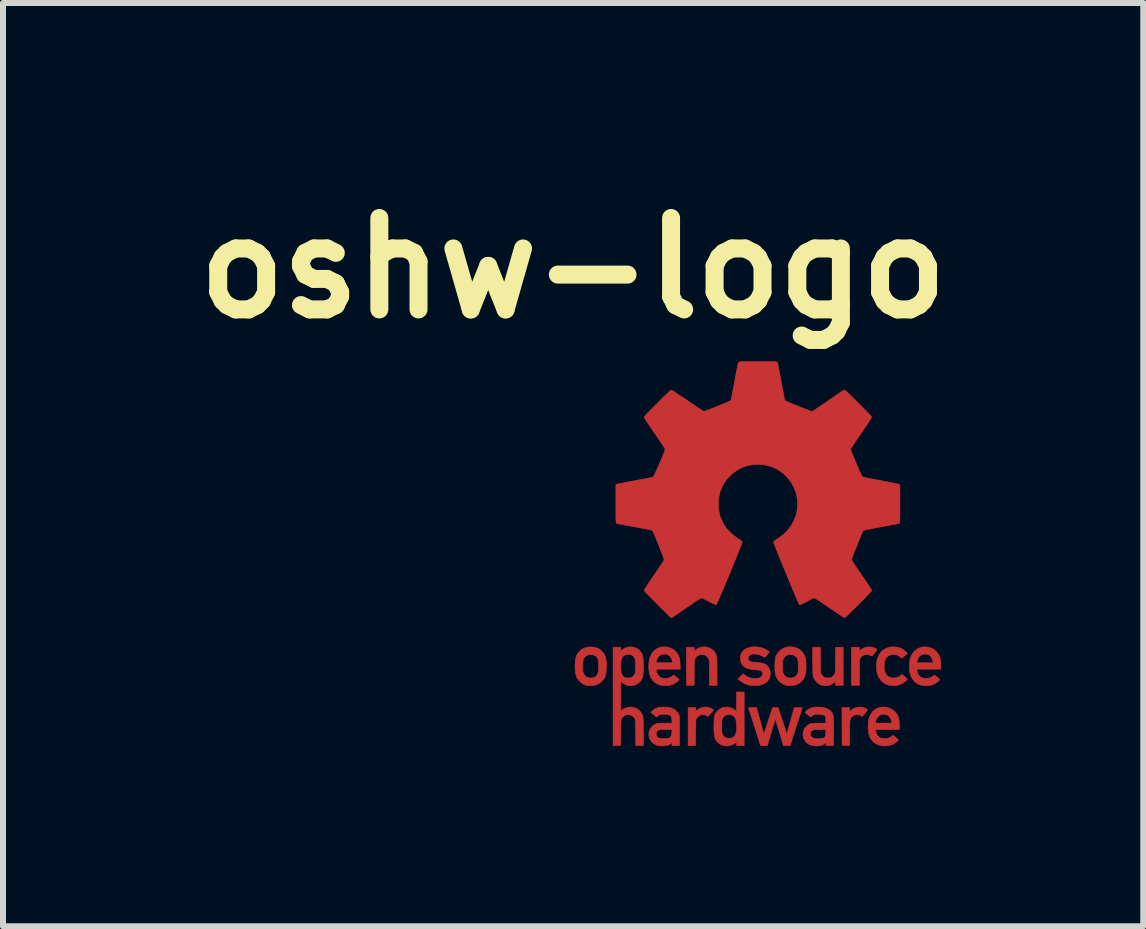
<source format=kicad_pcb>
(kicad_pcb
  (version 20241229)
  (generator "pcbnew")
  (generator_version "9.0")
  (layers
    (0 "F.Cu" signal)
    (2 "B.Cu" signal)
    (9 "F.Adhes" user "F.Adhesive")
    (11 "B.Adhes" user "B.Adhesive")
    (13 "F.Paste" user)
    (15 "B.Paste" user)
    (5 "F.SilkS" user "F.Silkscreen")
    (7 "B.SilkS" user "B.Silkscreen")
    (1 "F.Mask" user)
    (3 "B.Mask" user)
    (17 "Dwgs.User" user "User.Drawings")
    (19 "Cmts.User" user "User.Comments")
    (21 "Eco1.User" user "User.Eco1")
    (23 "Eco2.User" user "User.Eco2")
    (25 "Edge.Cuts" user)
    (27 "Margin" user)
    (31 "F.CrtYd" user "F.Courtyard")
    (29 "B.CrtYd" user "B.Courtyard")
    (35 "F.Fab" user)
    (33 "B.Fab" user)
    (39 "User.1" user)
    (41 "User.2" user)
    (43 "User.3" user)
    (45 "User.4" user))
  (footprint "oshw-logo"
    (layer "F.Cu")
    (at 9.582 6.178)
    (property "Reference" "oshw-logo" (at -3.08 -4.76 0) (layer "F.SilkS") (effects (font (size 1.524 1.524) (thickness 0.3))))
    (attr exclude_from_pos_files exclude_from_bom)
    (fp_poly (pts (xy -0.843 2.558) (xy -0.815 2.565) (xy -0.793 2.572) (xy -0.772 2.582) (xy -0.758 2.59) (xy -0.737 2.604) (xy -0.783 2.658) (xy -0.799 2.678) (xy -0.814 2.694) (xy -0.825 2.706) (xy -0.831 2.712) (xy -0.831 2.713) (xy -0.837 2.71) (xy -0.847 2.704) (xy -0.848 2.703) (xy -0.873 2.69) (xy -0.903 2.684) (xy -0.934 2.685) (xy -0.941 2.687) (xy -0.974 2.698) (xy -1.001 2.718) (xy -1.02 2.742) (xy -1.034 2.766) (xy -1.039 3.198) (xy -1.163 3.201) (xy -1.163 2.565) (xy -1.036 2.565) (xy -1.036 2.626) (xy -1.009 2.604) (xy -0.971 2.58) (xy -0.93 2.564) (xy -0.887 2.556) (xy -0.843 2.558)) (stroke (width 0.01) (type solid)) (fill yes) (layer "F.Cu"))
    (fp_poly (pts (xy 1.889 1.555) (xy 1.907 1.559) (xy 1.928 1.566) (xy 1.948 1.575) (xy 1.966 1.584) (xy 1.979 1.592) (xy 1.985 1.598) (xy 1.982 1.604) (xy 1.975 1.616) (xy 1.962 1.633) (xy 1.947 1.652) (xy 1.945 1.655) (xy 1.929 1.673) (xy 1.916 1.689) (xy 1.906 1.701) (xy 1.902 1.706) (xy 1.901 1.706) (xy 1.897 1.705) (xy 1.885 1.701) (xy 1.873 1.695) (xy 1.841 1.684) (xy 1.808 1.681) (xy 1.776 1.686) (xy 1.748 1.698) (xy 1.723 1.717) (xy 1.705 1.743) (xy 1.697 1.763) (xy 1.695 1.772) (xy 1.694 1.791) (xy 1.693 1.817) (xy 1.693 1.851) (xy 1.692 1.89) (xy 1.692 1.935) (xy 1.692 1.984) (xy 1.692 2.195) (xy 1.56 2.195) (xy 1.56 1.56) (xy 1.692 1.56) (xy 1.692 1.626) (xy 1.711 1.607) (xy 1.74 1.585) (xy 1.775 1.568) (xy 1.815 1.557) (xy 1.855 1.553) (xy 1.889 1.555)) (stroke (width 0.01) (type solid)) (fill yes) (layer "F.Cu"))
    (fp_poly (pts (xy -0.837 1.561) (xy -0.796 1.577) (xy -0.76 1.6) (xy -0.729 1.631) (xy -0.705 1.668) (xy -0.689 1.71) (xy -0.686 1.721) (xy -0.685 1.734) (xy -0.683 1.758) (xy -0.682 1.791) (xy -0.682 1.833) (xy -0.681 1.885) (xy -0.681 1.946) (xy -0.681 1.971) (xy -0.681 2.195) (xy -0.807 2.195) (xy -0.809 1.985) (xy -0.81 1.775) (xy -0.826 1.745) (xy -0.844 1.717) (xy -0.867 1.698) (xy -0.896 1.686) (xy -0.925 1.682) (xy -0.946 1.682) (xy -0.966 1.684) (xy -0.978 1.687) (xy -1 1.698) (xy -1.022 1.716) (xy -1.04 1.738) (xy -1.049 1.753) (xy -1.051 1.759) (xy -1.053 1.765) (xy -1.055 1.773) (xy -1.057 1.783) (xy -1.058 1.797) (xy -1.058 1.815) (xy -1.059 1.839) (xy -1.06 1.87) (xy -1.06 1.907) (xy -1.061 1.954) (xy -1.061 1.985) (xy -1.062 2.195) (xy -1.189 2.195) (xy -1.189 1.56) (xy -1.062 1.56) (xy -1.062 1.626) (xy -1.033 1.602) (xy -1.001 1.58) (xy -0.969 1.565) (xy -0.933 1.556) (xy -0.926 1.555) (xy -0.88 1.553) (xy -0.837 1.561)) (stroke (width 0.01) (type solid)) (fill yes) (layer "F.Cu"))
    (fp_poly (pts (xy 1.042 1.769) (xy 1.044 1.979) (xy 1.059 2.009) (xy 1.078 2.037) (xy 1.101 2.056) (xy 1.129 2.068) (xy 1.159 2.072) (xy 1.193 2.071) (xy 1.222 2.063) (xy 1.245 2.048) (xy 1.259 2.035) (xy 1.267 2.025) (xy 1.273 2.017) (xy 1.278 2.008) (xy 1.283 1.998) (xy 1.286 1.985) (xy 1.289 1.969) (xy 1.29 1.949) (xy 1.292 1.923) (xy 1.293 1.89) (xy 1.293 1.85) (xy 1.294 1.802) (xy 1.294 1.767) (xy 1.296 1.56) (xy 1.422 1.56) (xy 1.422 2.195) (xy 1.295 2.195) (xy 1.295 2.162) (xy 1.295 2.145) (xy 1.294 2.133) (xy 1.293 2.129) (xy 1.288 2.132) (xy 1.278 2.14) (xy 1.271 2.147) (xy 1.256 2.159) (xy 1.237 2.172) (xy 1.219 2.181) (xy 1.202 2.189) (xy 1.187 2.194) (xy 1.17 2.196) (xy 1.149 2.198) (xy 1.135 2.198) (xy 1.108 2.199) (xy 1.087 2.197) (xy 1.071 2.194) (xy 1.059 2.19) (xy 1.036 2.181) (xy 1.019 2.173) (xy 1.004 2.162) (xy 0.986 2.146) (xy 0.981 2.142) (xy 0.952 2.108) (xy 0.931 2.068) (xy 0.92 2.033) (xy 0.918 2.02) (xy 0.917 1.996) (xy 0.916 1.963) (xy 0.915 1.921) (xy 0.915 1.869) (xy 0.914 1.808) (xy 0.914 1.783) (xy 0.914 1.56) (xy 1.041 1.56) (xy 1.042 1.769)) (stroke (width 0.01) (type solid)) (fill yes) (layer "F.Cu"))
    (fp_poly (pts (xy 1.753 2.564) (xy 1.769 2.569) (xy 1.788 2.577) (xy 1.805 2.586) (xy 1.819 2.595) (xy 1.827 2.603) (xy 1.828 2.606) (xy 1.824 2.611) (xy 1.816 2.622) (xy 1.804 2.637) (xy 1.79 2.654) (xy 1.775 2.672) (xy 1.761 2.688) (xy 1.75 2.702) (xy 1.742 2.71) (xy 1.74 2.713) (xy 1.735 2.71) (xy 1.724 2.705) (xy 1.714 2.699) (xy 1.698 2.691) (xy 1.683 2.687) (xy 1.664 2.685) (xy 1.654 2.685) (xy 1.619 2.689) (xy 1.59 2.7) (xy 1.567 2.719) (xy 1.562 2.724) (xy 1.555 2.732) (xy 1.549 2.74) (xy 1.544 2.749) (xy 1.54 2.758) (xy 1.537 2.77) (xy 1.535 2.785) (xy 1.533 2.805) (xy 1.532 2.83) (xy 1.531 2.861) (xy 1.531 2.9) (xy 1.53 2.947) (xy 1.53 2.988) (xy 1.528 3.2) (xy 1.469 3.2) (xy 1.445 3.2) (xy 1.425 3.199) (xy 1.411 3.198) (xy 1.405 3.197) (xy 1.405 3.191) (xy 1.404 3.177) (xy 1.404 3.153) (xy 1.403 3.123) (xy 1.403 3.085) (xy 1.403 3.042) (xy 1.402 2.994) (xy 1.402 2.942) (xy 1.402 2.887) (xy 1.402 2.565) (xy 1.529 2.565) (xy 1.529 2.596) (xy 1.53 2.612) (xy 1.531 2.623) (xy 1.532 2.626) (xy 1.538 2.623) (xy 1.548 2.615) (xy 1.555 2.609) (xy 1.589 2.585) (xy 1.628 2.567) (xy 1.67 2.558) (xy 1.712 2.557) (xy 1.753 2.564)) (stroke (width 0.01) (type solid)) (fill yes) (layer "F.Cu"))
    (fp_poly (pts (xy 2.316 1.557) (xy 2.365 1.57) (xy 2.411 1.593) (xy 2.453 1.625) (xy 2.46 1.631) (xy 2.492 1.661) (xy 2.466 1.684) (xy 2.449 1.7) (xy 2.431 1.716) (xy 2.419 1.725) (xy 2.398 1.744) (xy 2.377 1.725) (xy 2.345 1.701) (xy 2.312 1.687) (xy 2.275 1.682) (xy 2.265 1.682) (xy 2.227 1.684) (xy 2.195 1.693) (xy 2.168 1.709) (xy 2.159 1.715) (xy 2.136 1.742) (xy 2.119 1.776) (xy 2.108 1.818) (xy 2.103 1.866) (xy 2.103 1.876) (xy 2.106 1.927) (xy 2.116 1.97) (xy 2.133 2.006) (xy 2.155 2.035) (xy 2.184 2.055) (xy 2.219 2.068) (xy 2.26 2.072) (xy 2.275 2.072) (xy 2.31 2.067) (xy 2.339 2.056) (xy 2.366 2.038) (xy 2.378 2.029) (xy 2.387 2.021) (xy 2.394 2.016) (xy 2.401 2.015) (xy 2.409 2.019) (xy 2.42 2.027) (xy 2.436 2.041) (xy 2.456 2.059) (xy 2.492 2.092) (xy 2.477 2.108) (xy 2.449 2.133) (xy 2.416 2.156) (xy 2.381 2.175) (xy 2.351 2.187) (xy 2.328 2.194) (xy 2.307 2.197) (xy 2.283 2.199) (xy 2.259 2.199) (xy 2.234 2.198) (xy 2.209 2.196) (xy 2.19 2.193) (xy 2.182 2.192) (xy 2.133 2.173) (xy 2.09 2.147) (xy 2.053 2.113) (xy 2.023 2.072) (xy 2.012 2.051) (xy 2 2.024) (xy 1.991 1.999) (xy 1.985 1.975) (xy 1.981 1.949) (xy 1.979 1.918) (xy 1.979 1.879) (xy 1.979 1.877) (xy 1.979 1.838) (xy 1.981 1.807) (xy 1.985 1.78) (xy 1.991 1.756) (xy 2 1.732) (xy 2.012 1.704) (xy 2.013 1.702) (xy 2.039 1.658) (xy 2.072 1.621) (xy 2.112 1.592) (xy 2.157 1.57) (xy 2.208 1.557) (xy 2.263 1.553) (xy 2.316 1.557)) (stroke (width 0.01) (type solid)) (fill yes) (layer "F.Cu"))
    (fp_poly (pts (xy -1.493 1.56) (xy -1.447 1.576) (xy -1.404 1.601) (xy -1.368 1.633) (xy -1.34 1.668) (xy -1.326 1.693) (xy -1.315 1.717) (xy -1.307 1.743) (xy -1.302 1.774) (xy -1.298 1.811) (xy -1.297 1.845) (xy -1.294 1.925) (xy -1.692 1.925) (xy -1.692 1.942) (xy -1.687 1.978) (xy -1.672 2.011) (xy -1.649 2.04) (xy -1.626 2.059) (xy -1.601 2.072) (xy -1.572 2.078) (xy -1.537 2.08) (xy -1.497 2.075) (xy -1.458 2.06) (xy -1.421 2.037) (xy -1.421 2.036) (xy -1.402 2.021) (xy -1.359 2.058) (xy -1.341 2.073) (xy -1.326 2.086) (xy -1.317 2.095) (xy -1.313 2.098) (xy -1.315 2.104) (xy -1.324 2.114) (xy -1.337 2.126) (xy -1.354 2.14) (xy -1.372 2.153) (xy -1.389 2.164) (xy -1.398 2.169) (xy -1.421 2.178) (xy -1.445 2.187) (xy -1.46 2.192) (xy -1.488 2.197) (xy -1.521 2.199) (xy -1.557 2.199) (xy -1.591 2.197) (xy -1.62 2.192) (xy -1.628 2.19) (xy -1.676 2.172) (xy -1.717 2.146) (xy -1.751 2.114) (xy -1.778 2.074) (xy -1.799 2.026) (xy -1.802 2.02) (xy -1.809 1.989) (xy -1.815 1.951) (xy -1.818 1.909) (xy -1.819 1.866) (xy -1.817 1.824) (xy -1.815 1.804) (xy -1.692 1.804) (xy -1.692 1.819) (xy -1.427 1.819) (xy -1.427 1.801) (xy -1.431 1.776) (xy -1.441 1.748) (xy -1.456 1.723) (xy -1.469 1.707) (xy -1.495 1.688) (xy -1.526 1.676) (xy -1.559 1.672) (xy -1.593 1.676) (xy -1.619 1.686) (xy -1.645 1.704) (xy -1.667 1.73) (xy -1.683 1.76) (xy -1.691 1.792) (xy -1.692 1.804) (xy -1.815 1.804) (xy -1.813 1.787) (xy -1.811 1.777) (xy -1.797 1.724) (xy -1.775 1.677) (xy -1.747 1.637) (xy -1.712 1.603) (xy -1.673 1.578) (xy -1.629 1.561) (xy -1.596 1.555) (xy -1.543 1.553) (xy -1.493 1.56)) (stroke (width 0.01) (type solid)) (fill yes) (layer "F.Cu"))
    (fp_poly (pts (xy 2.835 1.558) (xy 2.883 1.571) (xy 2.927 1.592) (xy 2.965 1.622) (xy 2.997 1.658) (xy 3.022 1.7) (xy 3.038 1.747) (xy 3.041 1.757) (xy 3.044 1.776) (xy 3.046 1.803) (xy 3.047 1.833) (xy 3.048 1.858) (xy 3.048 1.925) (xy 2.65 1.925) (xy 2.654 1.952) (xy 2.663 1.992) (xy 2.68 2.024) (xy 2.704 2.05) (xy 2.734 2.068) (xy 2.771 2.078) (xy 2.802 2.08) (xy 2.845 2.075) (xy 2.883 2.063) (xy 2.916 2.042) (xy 2.92 2.039) (xy 2.929 2.031) (xy 2.936 2.026) (xy 2.942 2.025) (xy 2.949 2.028) (xy 2.96 2.035) (xy 2.974 2.047) (xy 2.995 2.065) (xy 3.01 2.078) (xy 3.023 2.089) (xy 3.031 2.096) (xy 3.032 2.097) (xy 3.03 2.101) (xy 3.023 2.11) (xy 3.011 2.123) (xy 3.01 2.123) (xy 2.981 2.148) (xy 2.945 2.169) (xy 2.906 2.186) (xy 2.887 2.192) (xy 2.861 2.196) (xy 2.829 2.199) (xy 2.794 2.199) (xy 2.759 2.197) (xy 2.73 2.193) (xy 2.721 2.192) (xy 2.675 2.175) (xy 2.634 2.151) (xy 2.599 2.118) (xy 2.57 2.078) (xy 2.547 2.03) (xy 2.536 1.996) (xy 2.532 1.973) (xy 2.529 1.942) (xy 2.527 1.907) (xy 2.527 1.869) (xy 2.528 1.832) (xy 2.529 1.819) (xy 2.651 1.819) (xy 2.922 1.819) (xy 2.919 1.8) (xy 2.908 1.758) (xy 2.892 1.726) (xy 2.869 1.701) (xy 2.841 1.684) (xy 2.827 1.679) (xy 2.789 1.672) (xy 2.754 1.675) (xy 2.723 1.687) (xy 2.696 1.707) (xy 2.675 1.734) (xy 2.66 1.768) (xy 2.654 1.795) (xy 2.651 1.819) (xy 2.529 1.819) (xy 2.531 1.798) (xy 2.534 1.77) (xy 2.537 1.76) (xy 2.554 1.708) (xy 2.578 1.662) (xy 2.609 1.624) (xy 2.646 1.594) (xy 2.688 1.572) (xy 2.735 1.558) (xy 2.784 1.553) (xy 2.835 1.558)) (stroke (width 0.01) (type solid)) (fill yes) (layer "F.Cu"))
    (fp_poly (pts (xy -2.733 1.558) (xy -2.685 1.571) (xy -2.642 1.592) (xy -2.604 1.623) (xy -2.58 1.649) (xy -2.562 1.677) (xy -2.547 1.706) (xy -2.537 1.74) (xy -2.53 1.777) (xy -2.526 1.822) (xy -2.525 1.873) (xy -2.526 1.908) (xy -2.529 1.957) (xy -2.534 1.997) (xy -2.541 2.031) (xy -2.552 2.061) (xy -2.567 2.087) (xy -2.586 2.112) (xy -2.603 2.129) (xy -2.637 2.158) (xy -2.673 2.179) (xy -2.713 2.192) (xy -2.759 2.198) (xy -2.789 2.199) (xy -2.812 2.198) (xy -2.835 2.197) (xy -2.852 2.195) (xy -2.856 2.194) (xy -2.897 2.18) (xy -2.936 2.156) (xy -2.97 2.126) (xy -2.992 2.102) (xy -3.01 2.077) (xy -3.024 2.052) (xy -3.033 2.023) (xy -3.04 1.988) (xy -3.044 1.947) (xy -3.047 1.91) (xy -3.047 1.882) (xy -2.918 1.882) (xy -2.918 1.969) (xy -2.902 2.002) (xy -2.884 2.031) (xy -2.863 2.052) (xy -2.836 2.065) (xy -2.804 2.071) (xy -2.778 2.071) (xy -2.755 2.069) (xy -2.737 2.065) (xy -2.721 2.059) (xy -2.716 2.056) (xy -2.696 2.042) (xy -2.681 2.025) (xy -2.669 2.004) (xy -2.661 1.978) (xy -2.656 1.945) (xy -2.653 1.904) (xy -2.653 1.9) (xy -2.653 1.849) (xy -2.655 1.807) (xy -2.662 1.772) (xy -2.672 1.744) (xy -2.687 1.722) (xy -2.706 1.705) (xy -2.723 1.695) (xy -2.754 1.684) (xy -2.788 1.681) (xy -2.821 1.685) (xy -2.851 1.696) (xy -2.877 1.713) (xy -2.891 1.73) (xy -2.901 1.745) (xy -2.908 1.761) (xy -2.913 1.779) (xy -2.916 1.801) (xy -2.918 1.829) (xy -2.918 1.864) (xy -2.918 1.882) (xy -3.047 1.882) (xy -3.047 1.845) (xy -3.043 1.787) (xy -3.034 1.737) (xy -3.021 1.696) (xy -3.004 1.665) (xy -2.971 1.625) (xy -2.934 1.594) (xy -2.892 1.572) (xy -2.846 1.559) (xy -2.793 1.553) (xy -2.786 1.553) (xy -2.733 1.558)) (stroke (width 0.01) (type solid)) (fill yes) (layer "F.Cu"))
    (fp_poly (pts (xy 2.148 2.562) (xy 2.194 2.575) (xy 2.236 2.596) (xy 2.273 2.623) (xy 2.305 2.657) (xy 2.326 2.691) (xy 2.338 2.718) (xy 2.347 2.745) (xy 2.353 2.775) (xy 2.356 2.809) (xy 2.357 2.851) (xy 2.357 2.859) (xy 2.357 2.931) (xy 1.96 2.931) (xy 1.964 2.955) (xy 1.974 2.994) (xy 1.991 3.027) (xy 2.016 3.054) (xy 2.04 3.07) (xy 2.057 3.076) (xy 2.081 3.081) (xy 2.103 3.082) (xy 2.144 3.081) (xy 2.181 3.072) (xy 2.215 3.054) (xy 2.228 3.045) (xy 2.241 3.036) (xy 2.25 3.029) (xy 2.254 3.028) (xy 2.259 3.031) (xy 2.27 3.039) (xy 2.284 3.051) (xy 2.3 3.064) (xy 2.316 3.078) (xy 2.329 3.091) (xy 2.339 3.1) (xy 2.342 3.104) (xy 2.338 3.111) (xy 2.327 3.122) (xy 2.312 3.135) (xy 2.295 3.149) (xy 2.276 3.161) (xy 2.259 3.172) (xy 2.253 3.175) (xy 2.204 3.193) (xy 2.152 3.203) (xy 2.099 3.205) (xy 2.046 3.198) (xy 2.033 3.195) (xy 1.985 3.178) (xy 1.944 3.154) (xy 1.909 3.123) (xy 1.881 3.084) (xy 1.859 3.038) (xy 1.848 3.003) (xy 1.842 2.972) (xy 1.838 2.935) (xy 1.837 2.894) (xy 1.837 2.851) (xy 1.839 2.824) (xy 1.96 2.824) (xy 2.23 2.824) (xy 2.23 2.813) (xy 2.226 2.784) (xy 2.214 2.754) (xy 2.197 2.726) (xy 2.176 2.703) (xy 2.152 2.687) (xy 2.152 2.687) (xy 2.129 2.68) (xy 2.101 2.677) (xy 2.072 2.679) (xy 2.051 2.683) (xy 2.024 2.696) (xy 2 2.718) (xy 1.981 2.746) (xy 1.968 2.779) (xy 1.964 2.8) (xy 1.96 2.824) (xy 1.839 2.824) (xy 1.84 2.811) (xy 1.845 2.776) (xy 1.848 2.761) (xy 1.866 2.708) (xy 1.89 2.664) (xy 1.919 2.627) (xy 1.955 2.598) (xy 1.997 2.576) (xy 2.008 2.571) (xy 2.054 2.559) (xy 2.101 2.556) (xy 2.148 2.562)) (stroke (width 0.01) (type solid)) (fill yes) (layer "F.Cu"))
    (fp_poly (pts (xy -0.229 3.201) (xy -0.353 3.198) (xy -0.355 3.166) (xy -0.356 3.134) (xy -0.373 3.149) (xy -0.411 3.175) (xy -0.452 3.194) (xy -0.497 3.204) (xy -0.541 3.204) (xy -0.585 3.196) (xy -0.586 3.195) (xy -0.62 3.181) (xy -0.651 3.161) (xy -0.672 3.141) (xy -0.688 3.124) (xy -0.701 3.106) (xy -0.712 3.087) (xy -0.719 3.065) (xy -0.725 3.039) (xy -0.729 3.007) (xy -0.731 2.969) (xy -0.733 2.923) (xy -0.733 2.88) (xy -0.602 2.88) (xy -0.602 2.916) (xy -0.602 2.943) (xy -0.601 2.963) (xy -0.6 2.978) (xy -0.598 2.989) (xy -0.595 2.998) (xy -0.592 3.008) (xy -0.59 3.011) (xy -0.573 3.039) (xy -0.552 3.06) (xy -0.525 3.072) (xy -0.492 3.077) (xy -0.472 3.077) (xy -0.442 3.073) (xy -0.418 3.063) (xy -0.417 3.063) (xy -0.397 3.049) (xy -0.382 3.029) (xy -0.37 3.004) (xy -0.362 2.973) (xy -0.357 2.934) (xy -0.356 2.886) (xy -0.356 2.88) (xy -0.358 2.828) (xy -0.363 2.785) (xy -0.373 2.751) (xy -0.387 2.724) (xy -0.406 2.705) (xy -0.43 2.692) (xy -0.459 2.686) (xy -0.483 2.685) (xy -0.517 2.688) (xy -0.544 2.696) (xy -0.565 2.712) (xy -0.582 2.735) (xy -0.59 2.751) (xy -0.594 2.76) (xy -0.597 2.769) (xy -0.599 2.78) (xy -0.601 2.793) (xy -0.601 2.812) (xy -0.602 2.836) (xy -0.602 2.869) (xy -0.602 2.88) (xy -0.733 2.88) (xy -0.732 2.827) (xy -0.731 2.783) (xy -0.729 2.747) (xy -0.724 2.717) (xy -0.718 2.692) (xy -0.71 2.67) (xy -0.699 2.652) (xy -0.685 2.634) (xy -0.668 2.616) (xy -0.667 2.615) (xy -0.631 2.587) (xy -0.591 2.568) (xy -0.549 2.558) (xy -0.506 2.556) (xy -0.462 2.565) (xy -0.42 2.582) (xy -0.411 2.588) (xy -0.394 2.599) (xy -0.377 2.611) (xy -0.372 2.614) (xy -0.356 2.628) (xy -0.356 2.306) (xy -0.229 2.306) (xy -0.229 3.201)) (stroke (width 0.01) (type solid)) (fill yes) (layer "F.Cu"))
    (fp_poly (pts (xy 0.605 1.559) (xy 0.652 1.574) (xy 0.694 1.598) (xy 0.728 1.627) (xy 0.751 1.652) (xy 0.768 1.679) (xy 0.782 1.707) (xy 0.792 1.74) (xy 0.798 1.778) (xy 0.802 1.823) (xy 0.803 1.876) (xy 0.803 1.878) (xy 0.802 1.93) (xy 0.798 1.973) (xy 0.793 2.01) (xy 0.784 2.04) (xy 0.775 2.062) (xy 0.748 2.104) (xy 0.715 2.139) (xy 0.676 2.167) (xy 0.633 2.187) (xy 0.626 2.189) (xy 0.6 2.195) (xy 0.568 2.198) (xy 0.533 2.199) (xy 0.5 2.198) (xy 0.472 2.194) (xy 0.467 2.192) (xy 0.429 2.178) (xy 0.392 2.156) (xy 0.36 2.13) (xy 0.354 2.124) (xy 0.333 2.099) (xy 0.316 2.074) (xy 0.303 2.047) (xy 0.294 2.018) (xy 0.288 1.984) (xy 0.284 1.943) (xy 0.283 1.895) (xy 0.283 1.877) (xy 0.41 1.877) (xy 0.41 1.918) (xy 0.412 1.951) (xy 0.417 1.977) (xy 0.423 1.998) (xy 0.433 2.015) (xy 0.445 2.031) (xy 0.451 2.037) (xy 0.471 2.054) (xy 0.491 2.065) (xy 0.514 2.07) (xy 0.544 2.072) (xy 0.569 2.071) (xy 0.59 2.065) (xy 0.602 2.061) (xy 0.625 2.047) (xy 0.642 2.032) (xy 0.656 2.01) (xy 0.661 1.999) (xy 0.666 1.989) (xy 0.669 1.98) (xy 0.671 1.969) (xy 0.672 1.955) (xy 0.673 1.936) (xy 0.673 1.91) (xy 0.673 1.877) (xy 0.673 1.843) (xy 0.673 1.817) (xy 0.672 1.798) (xy 0.671 1.784) (xy 0.668 1.774) (xy 0.665 1.764) (xy 0.661 1.755) (xy 0.648 1.73) (xy 0.632 1.713) (xy 0.612 1.699) (xy 0.602 1.694) (xy 0.569 1.683) (xy 0.535 1.681) (xy 0.502 1.687) (xy 0.472 1.7) (xy 0.448 1.72) (xy 0.434 1.736) (xy 0.424 1.754) (xy 0.417 1.775) (xy 0.413 1.801) (xy 0.41 1.833) (xy 0.41 1.874) (xy 0.41 1.877) (xy 0.283 1.877) (xy 0.284 1.824) (xy 0.287 1.78) (xy 0.293 1.743) (xy 0.301 1.711) (xy 0.314 1.683) (xy 0.33 1.658) (xy 0.351 1.634) (xy 0.352 1.633) (xy 0.385 1.601) (xy 0.421 1.579) (xy 0.46 1.563) (xy 0.505 1.554) (xy 0.556 1.552) (xy 0.605 1.559)) (stroke (width 0.01) (type solid)) (fill yes) (layer "F.Cu"))
    (fp_poly (pts (xy 0.004 1.556) (xy 0.054 1.567) (xy 0.102 1.583) (xy 0.146 1.605) (xy 0.155 1.611) (xy 0.193 1.637) (xy 0.178 1.655) (xy 0.167 1.669) (xy 0.152 1.686) (xy 0.139 1.701) (xy 0.114 1.728) (xy 0.071 1.705) (xy 0.033 1.689) (xy -0.006 1.678) (xy -0.044 1.672) (xy -0.079 1.673) (xy -0.11 1.679) (xy -0.135 1.69) (xy -0.154 1.707) (xy -0.161 1.725) (xy -0.164 1.745) (xy -0.163 1.761) (xy -0.159 1.772) (xy -0.15 1.783) (xy -0.148 1.784) (xy -0.139 1.791) (xy -0.127 1.797) (xy -0.113 1.802) (xy -0.094 1.806) (xy -0.07 1.809) (xy -0.037 1.812) (xy -0.02 1.813) (xy 0.027 1.818) (xy 0.066 1.824) (xy 0.097 1.832) (xy 0.122 1.843) (xy 0.141 1.854) (xy 0.166 1.879) (xy 0.186 1.911) (xy 0.2 1.948) (xy 0.207 1.988) (xy 0.207 2.018) (xy 0.198 2.06) (xy 0.181 2.098) (xy 0.156 2.13) (xy 0.122 2.157) (xy 0.081 2.177) (xy 0.043 2.19) (xy 0.005 2.196) (xy -0.038 2.199) (xy -0.082 2.199) (xy -0.124 2.195) (xy -0.152 2.189) (xy -0.176 2.182) (xy -0.203 2.172) (xy -0.228 2.161) (xy -0.231 2.159) (xy -0.25 2.149) (xy -0.271 2.136) (xy -0.291 2.123) (xy -0.309 2.11) (xy -0.322 2.099) (xy -0.329 2.091) (xy -0.33 2.089) (xy -0.327 2.084) (xy -0.318 2.074) (xy -0.304 2.059) (xy -0.288 2.043) (xy -0.246 2.001) (xy -0.221 2.021) (xy -0.184 2.047) (xy -0.145 2.065) (xy -0.102 2.076) (xy -0.053 2.08) (xy -0.048 2.08) (xy -0.023 2.079) (xy -0.004 2.078) (xy 0.011 2.075) (xy 0.025 2.07) (xy 0.029 2.068) (xy 0.055 2.053) (xy 0.071 2.033) (xy 0.08 2.011) (xy 0.078 1.986) (xy 0.075 1.975) (xy 0.069 1.965) (xy 0.061 1.956) (xy 0.049 1.95) (xy 0.032 1.944) (xy 0.008 1.94) (xy -0.024 1.936) (xy -0.051 1.933) (xy -0.089 1.929) (xy -0.118 1.926) (xy -0.141 1.922) (xy -0.16 1.918) (xy -0.176 1.913) (xy -0.191 1.906) (xy -0.201 1.902) (xy -0.235 1.879) (xy -0.261 1.851) (xy -0.28 1.817) (xy -0.29 1.777) (xy -0.292 1.75) (xy -0.291 1.727) (xy -0.289 1.706) (xy -0.286 1.689) (xy -0.286 1.688) (xy -0.273 1.659) (xy -0.253 1.63) (xy -0.228 1.605) (xy -0.221 1.599) (xy -0.185 1.578) (xy -0.143 1.563) (xy -0.096 1.554) (xy -0.046 1.552) (xy 0.004 1.556)) (stroke (width 0.01) (type solid)) (fill yes) (layer "F.Cu"))
    (fp_poly (pts (xy 1.039 2.557) (xy 1.091 2.564) (xy 1.138 2.577) (xy 1.177 2.596) (xy 1.21 2.62) (xy 1.234 2.651) (xy 1.242 2.665) (xy 1.247 2.678) (xy 1.252 2.692) (xy 1.256 2.708) (xy 1.258 2.728) (xy 1.261 2.752) (xy 1.262 2.781) (xy 1.263 2.816) (xy 1.264 2.858) (xy 1.264 2.908) (xy 1.264 2.967) (xy 1.264 2.99) (xy 1.262 3.198) (xy 1.135 3.198) (xy 1.134 3.171) (xy 1.132 3.144) (xy 1.119 3.16) (xy 1.096 3.18) (xy 1.065 3.194) (xy 1.026 3.202) (xy 0.981 3.205) (xy 0.976 3.205) (xy 0.956 3.204) (xy 0.937 3.203) (xy 0.925 3.202) (xy 0.925 3.202) (xy 0.879 3.19) (xy 0.84 3.171) (xy 0.807 3.145) (xy 0.781 3.113) (xy 0.763 3.077) (xy 0.754 3.037) (xy 0.753 3.006) (xy 0.874 3.006) (xy 0.875 3.023) (xy 0.879 3.035) (xy 0.887 3.047) (xy 0.89 3.051) (xy 0.903 3.063) (xy 0.918 3.072) (xy 0.935 3.078) (xy 0.957 3.081) (xy 0.986 3.082) (xy 1.013 3.082) (xy 1.043 3.081) (xy 1.065 3.08) (xy 1.081 3.077) (xy 1.092 3.074) (xy 1.096 3.072) (xy 1.113 3.059) (xy 1.124 3.039) (xy 1.13 3.013) (xy 1.133 2.978) (xy 1.133 2.976) (xy 1.133 2.931) (xy 1.035 2.931) (xy 1 2.931) (xy 0.973 2.932) (xy 0.954 2.933) (xy 0.939 2.934) (xy 0.928 2.937) (xy 0.919 2.94) (xy 0.917 2.941) (xy 0.894 2.955) (xy 0.88 2.972) (xy 0.874 2.995) (xy 0.874 3.006) (xy 0.753 3.006) (xy 0.753 2.995) (xy 0.762 2.951) (xy 0.769 2.931) (xy 0.776 2.916) (xy 0.787 2.901) (xy 0.803 2.884) (xy 0.804 2.883) (xy 0.821 2.867) (xy 0.836 2.855) (xy 0.851 2.845) (xy 0.868 2.838) (xy 0.888 2.833) (xy 0.913 2.83) (xy 0.944 2.827) (xy 0.982 2.826) (xy 1.015 2.826) (xy 1.134 2.824) (xy 1.132 2.771) (xy 1.131 2.747) (xy 1.13 2.731) (xy 1.127 2.72) (xy 1.123 2.712) (xy 1.118 2.705) (xy 1.099 2.692) (xy 1.07 2.683) (xy 1.033 2.678) (xy 1.007 2.677) (xy 0.972 2.678) (xy 0.946 2.682) (xy 0.925 2.689) (xy 0.908 2.7) (xy 0.9 2.706) (xy 0.882 2.723) (xy 0.835 2.687) (xy 0.816 2.673) (xy 0.801 2.661) (xy 0.791 2.652) (xy 0.787 2.649) (xy 0.791 2.64) (xy 0.802 2.627) (xy 0.817 2.613) (xy 0.832 2.601) (xy 0.865 2.582) (xy 0.902 2.568) (xy 0.946 2.56) (xy 0.98 2.557) (xy 1.039 2.557)) (stroke (width 0.01) (type solid)) (fill yes) (layer "F.Cu"))
    (fp_poly (pts (xy -1.521 2.559) (xy -1.484 2.563) (xy -1.454 2.568) (xy -1.426 2.577) (xy -1.401 2.59) (xy -1.371 2.611) (xy -1.344 2.639) (xy -1.324 2.671) (xy -1.32 2.68) (xy -1.308 2.71) (xy -1.308 3.198) (xy -1.433 3.201) (xy -1.433 3.173) (xy -1.433 3.157) (xy -1.434 3.147) (xy -1.435 3.145) (xy -1.44 3.148) (xy -1.449 3.157) (xy -1.453 3.162) (xy -1.472 3.179) (xy -1.496 3.191) (xy -1.525 3.199) (xy -1.563 3.203) (xy -1.577 3.203) (xy -1.603 3.204) (xy -1.627 3.203) (xy -1.647 3.202) (xy -1.656 3.2) (xy -1.686 3.191) (xy -1.717 3.177) (xy -1.745 3.159) (xy -1.764 3.144) (xy -1.79 3.111) (xy -1.807 3.076) (xy -1.816 3.038) (xy -1.817 2.999) (xy -1.817 2.997) (xy -1.696 2.997) (xy -1.695 3.021) (xy -1.686 3.042) (xy -1.67 3.061) (xy -1.668 3.062) (xy -1.654 3.071) (xy -1.64 3.076) (xy -1.623 3.08) (xy -1.602 3.082) (xy -1.573 3.082) (xy -1.557 3.082) (xy -1.528 3.081) (xy -1.508 3.08) (xy -1.493 3.078) (xy -1.483 3.075) (xy -1.473 3.071) (xy -1.473 3.071) (xy -1.458 3.058) (xy -1.446 3.041) (xy -1.439 3.017) (xy -1.435 2.986) (xy -1.434 2.977) (xy -1.431 2.931) (xy -1.532 2.931) (xy -1.568 2.931) (xy -1.595 2.932) (xy -1.615 2.933) (xy -1.63 2.934) (xy -1.641 2.936) (xy -1.65 2.939) (xy -1.655 2.941) (xy -1.676 2.956) (xy -1.69 2.975) (xy -1.696 2.997) (xy -1.817 2.997) (xy -1.81 2.961) (xy -1.796 2.925) (xy -1.775 2.892) (xy -1.747 2.865) (xy -1.715 2.845) (xy -1.699 2.839) (xy -1.684 2.834) (xy -1.667 2.83) (xy -1.647 2.828) (xy -1.622 2.826) (xy -1.59 2.825) (xy -1.551 2.825) (xy -1.54 2.825) (xy -1.431 2.824) (xy -1.433 2.776) (xy -1.436 2.748) (xy -1.44 2.727) (xy -1.448 2.711) (xy -1.46 2.699) (xy -1.474 2.69) (xy -1.482 2.686) (xy -1.492 2.683) (xy -1.505 2.681) (xy -1.523 2.68) (xy -1.549 2.68) (xy -1.56 2.68) (xy -1.593 2.68) (xy -1.619 2.682) (xy -1.638 2.686) (xy -1.653 2.692) (xy -1.665 2.702) (xy -1.675 2.711) (xy -1.685 2.724) (xy -1.734 2.687) (xy -1.753 2.672) (xy -1.769 2.66) (xy -1.779 2.651) (xy -1.783 2.647) (xy -1.783 2.647) (xy -1.779 2.64) (xy -1.769 2.63) (xy -1.755 2.617) (xy -1.739 2.604) (xy -1.724 2.593) (xy -1.71 2.584) (xy -1.709 2.584) (xy -1.688 2.574) (xy -1.668 2.567) (xy -1.647 2.562) (xy -1.622 2.56) (xy -1.592 2.558) (xy -1.565 2.558) (xy -1.521 2.559)) (stroke (width 0.01) (type solid)) (fill yes) (layer "F.Cu"))
    (fp_poly (pts (xy 0.035 2.777) (xy 0.048 2.822) (xy 0.059 2.865) (xy 0.07 2.903) (xy 0.079 2.936) (xy 0.086 2.964) (xy 0.092 2.984) (xy 0.096 2.997) (xy 0.097 3) (xy 0.099 2.999) (xy 0.103 2.991) (xy 0.11 2.975) (xy 0.118 2.951) (xy 0.13 2.917) (xy 0.144 2.875) (xy 0.152 2.85) (xy 0.166 2.808) (xy 0.179 2.766) (xy 0.192 2.726) (xy 0.204 2.69) (xy 0.214 2.658) (xy 0.222 2.635) (xy 0.224 2.628) (xy 0.245 2.565) (xy 0.338 2.565) (xy 0.406 2.775) (xy 0.421 2.819) (xy 0.434 2.861) (xy 0.447 2.9) (xy 0.458 2.933) (xy 0.467 2.961) (xy 0.473 2.981) (xy 0.478 2.994) (xy 0.479 2.997) (xy 0.48 2.999) (xy 0.483 2.997) (xy 0.486 2.99) (xy 0.49 2.979) (xy 0.496 2.961) (xy 0.503 2.937) (xy 0.512 2.905) (xy 0.523 2.866) (xy 0.536 2.817) (xy 0.544 2.79) (xy 0.556 2.744) (xy 0.568 2.702) (xy 0.579 2.663) (xy 0.588 2.63) (xy 0.596 2.603) (xy 0.601 2.583) (xy 0.605 2.57) (xy 0.606 2.567) (xy 0.612 2.566) (xy 0.625 2.566) (xy 0.645 2.566) (xy 0.67 2.566) (xy 0.674 2.567) (xy 0.74 2.568) (xy 0.657 2.827) (xy 0.64 2.878) (xy 0.624 2.929) (xy 0.609 2.976) (xy 0.595 3.021) (xy 0.582 3.06) (xy 0.572 3.094) (xy 0.563 3.121) (xy 0.557 3.14) (xy 0.556 3.143) (xy 0.538 3.201) (xy 0.425 3.198) (xy 0.359 2.975) (xy 0.342 2.918) (xy 0.327 2.87) (xy 0.315 2.831) (xy 0.305 2.802) (xy 0.298 2.78) (xy 0.293 2.767) (xy 0.289 2.761) (xy 0.288 2.762) (xy 0.286 2.768) (xy 0.281 2.784) (xy 0.274 2.807) (xy 0.265 2.837) (xy 0.255 2.872) (xy 0.243 2.911) (xy 0.23 2.954) (xy 0.223 2.977) (xy 0.21 3.021) (xy 0.198 3.062) (xy 0.187 3.1) (xy 0.177 3.132) (xy 0.169 3.159) (xy 0.164 3.178) (xy 0.16 3.189) (xy 0.159 3.192) (xy 0.157 3.195) (xy 0.152 3.198) (xy 0.141 3.2) (xy 0.125 3.2) (xy 0.101 3.2) (xy 0.074 3.2) (xy 0.056 3.199) (xy 0.046 3.196) (xy 0.043 3.194) (xy 0.041 3.188) (xy 0.037 3.174) (xy 0.029 3.151) (xy 0.02 3.121) (xy 0.008 3.085) (xy -0.005 3.043) (xy -0.02 2.997) (xy -0.036 2.947) (xy -0.053 2.894) (xy -0.056 2.884) (xy -0.073 2.83) (xy -0.089 2.779) (xy -0.104 2.732) (xy -0.118 2.69) (xy -0.13 2.652) (xy -0.14 2.621) (xy -0.148 2.597) (xy -0.153 2.581) (xy -0.156 2.573) (xy -0.156 2.573) (xy -0.155 2.57) (xy -0.151 2.568) (xy -0.14 2.566) (xy -0.122 2.566) (xy -0.096 2.565) (xy -0.09 2.565) (xy -0.022 2.565) (xy 0.035 2.777)) (stroke (width 0.01) (type solid)) (fill yes) (layer "F.Cu"))
    (fp_poly (pts (xy -2.064 1.56) (xy -2.023 1.576) (xy -1.986 1.601) (xy -1.973 1.613) (xy -1.956 1.631) (xy -1.943 1.649) (xy -1.932 1.668) (xy -1.924 1.691) (xy -1.918 1.717) (xy -1.913 1.748) (xy -1.911 1.786) (xy -1.91 1.831) (xy -1.909 1.877) (xy -1.91 1.93) (xy -1.911 1.975) (xy -1.914 2.011) (xy -1.918 2.042) (xy -1.925 2.067) (xy -1.933 2.089) (xy -1.944 2.108) (xy -1.958 2.126) (xy -1.972 2.14) (xy -1.993 2.157) (xy -2.018 2.174) (xy -2.031 2.181) (xy -2.047 2.188) (xy -2.06 2.193) (xy -2.074 2.195) (xy -2.09 2.197) (xy -2.114 2.197) (xy -2.121 2.197) (xy -2.146 2.197) (xy -2.164 2.196) (xy -2.178 2.194) (xy -2.191 2.19) (xy -2.205 2.183) (xy -2.21 2.181) (xy -2.231 2.17) (xy -2.251 2.156) (xy -2.264 2.146) (xy -2.286 2.128) (xy -2.286 2.628) (xy -2.265 2.609) (xy -2.248 2.595) (xy -2.227 2.582) (xy -2.216 2.577) (xy -2.173 2.562) (xy -2.129 2.556) (xy -2.086 2.56) (xy -2.045 2.571) (xy -2.007 2.59) (xy -1.973 2.616) (xy -1.946 2.649) (xy -1.925 2.688) (xy -1.918 2.707) (xy -1.916 2.715) (xy -1.915 2.725) (xy -1.913 2.737) (xy -1.912 2.753) (xy -1.911 2.774) (xy -1.911 2.801) (xy -1.91 2.834) (xy -1.91 2.875) (xy -1.91 2.924) (xy -1.91 2.968) (xy -1.91 3.201) (xy -2.035 3.198) (xy -2.037 2.985) (xy -2.038 2.932) (xy -2.038 2.889) (xy -2.039 2.854) (xy -2.04 2.827) (xy -2.04 2.805) (xy -2.041 2.789) (xy -2.043 2.777) (xy -2.044 2.768) (xy -2.046 2.761) (xy -2.048 2.755) (xy -2.051 2.75) (xy -2.071 2.722) (xy -2.098 2.701) (xy -2.128 2.688) (xy -2.161 2.683) (xy -2.194 2.687) (xy -2.219 2.697) (xy -2.239 2.711) (xy -2.258 2.73) (xy -2.273 2.75) (xy -2.277 2.758) (xy -2.279 2.766) (xy -2.281 2.782) (xy -2.282 2.806) (xy -2.283 2.84) (xy -2.284 2.882) (xy -2.285 2.934) (xy -2.286 2.985) (xy -2.289 3.198) (xy -2.413 3.201) (xy -2.413 1.877) (xy -2.286 1.877) (xy -2.285 1.926) (xy -2.28 1.966) (xy -2.273 1.999) (xy -2.262 2.024) (xy -2.247 2.044) (xy -2.227 2.058) (xy -2.215 2.065) (xy -2.194 2.07) (xy -2.168 2.072) (xy -2.14 2.071) (xy -2.116 2.067) (xy -2.106 2.063) (xy -2.078 2.045) (xy -2.058 2.02) (xy -2.049 2.001) (xy -2.045 1.984) (xy -2.042 1.96) (xy -2.039 1.929) (xy -2.038 1.896) (xy -2.037 1.862) (xy -2.038 1.829) (xy -2.04 1.8) (xy -2.043 1.778) (xy -2.044 1.772) (xy -2.056 1.738) (xy -2.072 1.712) (xy -2.094 1.695) (xy -2.121 1.685) (xy -2.156 1.681) (xy -2.158 1.681) (xy -2.192 1.684) (xy -2.22 1.692) (xy -2.242 1.705) (xy -2.259 1.726) (xy -2.272 1.753) (xy -2.28 1.789) (xy -2.285 1.833) (xy -2.286 1.877) (xy -2.413 1.877) (xy -2.413 1.56) (xy -2.286 1.56) (xy -2.286 1.621) (xy -2.259 1.601) (xy -2.224 1.578) (xy -2.19 1.563) (xy -2.154 1.555) (xy -2.109 1.553) (xy -2.064 1.56)) (stroke (width 0.01) (type solid)) (fill yes) (layer "F.Cu"))
    (fp_poly (pts (xy 0.064 -3.2) (xy 0.119 -3.2) (xy 0.164 -3.2) (xy 0.203 -3.2) (xy 0.234 -3.2) (xy 0.258 -3.199) (xy 0.278 -3.199) (xy 0.292 -3.198) (xy 0.303 -3.197) (xy 0.31 -3.196) (xy 0.315 -3.194) (xy 0.318 -3.192) (xy 0.319 -3.192) (xy 0.322 -3.188) (xy 0.324 -3.183) (xy 0.327 -3.174) (xy 0.331 -3.161) (xy 0.335 -3.143) (xy 0.34 -3.12) (xy 0.346 -3.09) (xy 0.353 -3.054) (xy 0.361 -3.01) (xy 0.371 -2.958) (xy 0.382 -2.896) (xy 0.386 -2.878) (xy 0.396 -2.823) (xy 0.406 -2.771) (xy 0.415 -2.723) (xy 0.423 -2.68) (xy 0.431 -2.641) (xy 0.437 -2.61) (xy 0.442 -2.585) (xy 0.446 -2.569) (xy 0.448 -2.561) (xy 0.448 -2.561) (xy 0.457 -2.55) (xy 0.464 -2.544) (xy 0.476 -2.538) (xy 0.496 -2.53) (xy 0.521 -2.519) (xy 0.552 -2.506) (xy 0.587 -2.492) (xy 0.625 -2.476) (xy 0.664 -2.461) (xy 0.704 -2.445) (xy 0.743 -2.429) (xy 0.78 -2.415) (xy 0.814 -2.402) (xy 0.844 -2.391) (xy 0.868 -2.382) (xy 0.886 -2.375) (xy 0.895 -2.373) (xy 0.897 -2.372) (xy 0.912 -2.376) (xy 0.932 -2.386) (xy 0.948 -2.396) (xy 0.962 -2.406) (xy 0.984 -2.421) (xy 1.011 -2.439) (xy 1.044 -2.462) (xy 1.08 -2.486) (xy 1.119 -2.513) (xy 1.159 -2.54) (xy 1.199 -2.568) (xy 1.238 -2.595) (xy 1.275 -2.62) (xy 1.309 -2.644) (xy 1.339 -2.664) (xy 1.363 -2.68) (xy 1.377 -2.691) (xy 1.399 -2.705) (xy 1.418 -2.716) (xy 1.434 -2.725) (xy 1.443 -2.728) (xy 1.443 -2.728) (xy 1.448 -2.726) (xy 1.456 -2.72) (xy 1.469 -2.709) (xy 1.486 -2.694) (xy 1.508 -2.673) (xy 1.536 -2.646) (xy 1.569 -2.614) (xy 1.608 -2.575) (xy 1.654 -2.529) (xy 1.675 -2.508) (xy 1.721 -2.462) (xy 1.761 -2.422) (xy 1.795 -2.388) (xy 1.822 -2.36) (xy 1.845 -2.337) (xy 1.862 -2.318) (xy 1.875 -2.303) (xy 1.885 -2.292) (xy 1.891 -2.284) (xy 1.894 -2.278) (xy 1.895 -2.275) (xy 1.893 -2.268) (xy 1.886 -2.256) (xy 1.876 -2.238) (xy 1.86 -2.214) (xy 1.84 -2.183) (xy 1.814 -2.145) (xy 1.783 -2.099) (xy 1.747 -2.046) (xy 1.722 -2.009) (xy 1.691 -1.963) (xy 1.661 -1.92) (xy 1.634 -1.88) (xy 1.61 -1.843) (xy 1.588 -1.811) (xy 1.571 -1.784) (xy 1.558 -1.763) (xy 1.549 -1.749) (xy 1.546 -1.743) (xy 1.548 -1.735) (xy 1.553 -1.719) (xy 1.561 -1.696) (xy 1.572 -1.667) (xy 1.585 -1.633) (xy 1.6 -1.596) (xy 1.617 -1.557) (xy 1.634 -1.516) (xy 1.651 -1.475) (xy 1.669 -1.435) (xy 1.686 -1.397) (xy 1.701 -1.363) (xy 1.715 -1.333) (xy 1.727 -1.308) (xy 1.736 -1.29) (xy 1.743 -1.28) (xy 1.744 -1.279) (xy 1.751 -1.276) (xy 1.767 -1.272) (xy 1.791 -1.267) (xy 1.823 -1.261) (xy 1.86 -1.253) (xy 1.904 -1.245) (xy 1.951 -1.235) (xy 2.002 -1.226) (xy 2.05 -1.217) (xy 2.104 -1.207) (xy 2.154 -1.197) (xy 2.202 -1.188) (xy 2.244 -1.18) (xy 2.281 -1.172) (xy 2.312 -1.166) (xy 2.335 -1.161) (xy 2.35 -1.157) (xy 2.356 -1.155) (xy 2.367 -1.148) (xy 2.367 -0.833) (xy 2.367 -0.768) (xy 2.367 -0.712) (xy 2.367 -0.664) (xy 2.367 -0.624) (xy 2.366 -0.592) (xy 2.366 -0.566) (xy 2.365 -0.546) (xy 2.363 -0.53) (xy 2.361 -0.519) (xy 2.359 -0.512) (xy 2.356 -0.507) (xy 2.352 -0.504) (xy 2.348 -0.502) (xy 2.343 -0.501) (xy 2.34 -0.5) (xy 2.333 -0.499) (xy 2.317 -0.496) (xy 2.293 -0.491) (xy 2.262 -0.486) (xy 2.225 -0.479) (xy 2.182 -0.471) (xy 2.135 -0.462) (xy 2.085 -0.453) (xy 2.055 -0.447) (xy 2.003 -0.437) (xy 1.954 -0.428) (xy 1.908 -0.419) (xy 1.867 -0.411) (xy 1.831 -0.404) (xy 1.802 -0.398) (xy 1.781 -0.393) (xy 1.768 -0.39) (xy 1.765 -0.389) (xy 1.761 -0.387) (xy 1.757 -0.384) (xy 1.753 -0.379) (xy 1.748 -0.371) (xy 1.743 -0.359) (xy 1.735 -0.344) (xy 1.726 -0.323) (xy 1.715 -0.297) (xy 1.702 -0.263) (xy 1.685 -0.223) (xy 1.666 -0.174) (xy 1.654 -0.144) (xy 1.631 -0.086) (xy 1.611 -0.036) (xy 1.595 0.005) (xy 1.582 0.039) (xy 1.573 0.065) (xy 1.566 0.084) (xy 1.563 0.097) (xy 1.562 0.105) (xy 1.562 0.106) (xy 1.565 0.112) (xy 1.574 0.126) (xy 1.587 0.147) (xy 1.605 0.173) (xy 1.626 0.205) (xy 1.651 0.242) (xy 1.678 0.282) (xy 1.707 0.324) (xy 1.73 0.358) (xy 1.768 0.414) (xy 1.801 0.462) (xy 1.828 0.502) (xy 1.85 0.536) (xy 1.867 0.563) (xy 1.88 0.583) (xy 1.889 0.599) (xy 1.894 0.608) (xy 1.895 0.613) (xy 1.894 0.617) (xy 1.891 0.622) (xy 1.885 0.63) (xy 1.876 0.641) (xy 1.863 0.655) (xy 1.847 0.673) (xy 1.825 0.696) (xy 1.798 0.723) (xy 1.766 0.756) (xy 1.727 0.795) (xy 1.683 0.84) (xy 1.636 0.887) (xy 1.595 0.927) (xy 1.561 0.961) (xy 1.532 0.989) (xy 1.508 1.012) (xy 1.489 1.03) (xy 1.474 1.044) (xy 1.461 1.054) (xy 1.452 1.061) (xy 1.445 1.065) (xy 1.44 1.067) (xy 1.439 1.067) (xy 1.434 1.064) (xy 1.421 1.056) (xy 1.402 1.043) (xy 1.376 1.026) (xy 1.346 1.005) (xy 1.31 0.981) (xy 1.271 0.955) (xy 1.229 0.926) (xy 1.193 0.902) (xy 1.138 0.864) (xy 1.089 0.831) (xy 1.047 0.802) (xy 1.011 0.779) (xy 0.982 0.76) (xy 0.96 0.747) (xy 0.946 0.739) (xy 0.94 0.737) (xy 0.933 0.739) (xy 0.917 0.745) (xy 0.896 0.755) (xy 0.87 0.768) (xy 0.84 0.784) (xy 0.817 0.796) (xy 0.781 0.814) (xy 0.754 0.829) (xy 0.733 0.839) (xy 0.718 0.846) (xy 0.707 0.849) (xy 0.7 0.851) (xy 0.695 0.85) (xy 0.694 0.85) (xy 0.692 0.847) (xy 0.688 0.841) (xy 0.682 0.83) (xy 0.675 0.814) (xy 0.665 0.794) (xy 0.654 0.768) (xy 0.64 0.736) (xy 0.623 0.697) (xy 0.604 0.651) (xy 0.582 0.599) (xy 0.557 0.538) (xy 0.528 0.469) (xy 0.496 0.392) (xy 0.471 0.33) (xy 0.436 0.247) (xy 0.406 0.174) (xy 0.379 0.108) (xy 0.356 0.051) (xy 0.335 0.001) (xy 0.318 -0.042) (xy 0.303 -0.079) (xy 0.291 -0.109) (xy 0.282 -0.135) (xy 0.274 -0.155) (xy 0.268 -0.17) (xy 0.265 -0.182) (xy 0.263 -0.19) (xy 0.262 -0.195) (xy 0.262 -0.197) (xy 0.269 -0.207) (xy 0.283 -0.219) (xy 0.302 -0.233) (xy 0.303 -0.233) (xy 0.355 -0.267) (xy 0.398 -0.299) (xy 0.436 -0.33) (xy 0.47 -0.362) (xy 0.501 -0.397) (xy 0.508 -0.404) (xy 0.557 -0.471) (xy 0.597 -0.543) (xy 0.628 -0.619) (xy 0.643 -0.671) (xy 0.652 -0.717) (xy 0.658 -0.769) (xy 0.66 -0.824) (xy 0.659 -0.877) (xy 0.654 -0.926) (xy 0.653 -0.935) (xy 0.635 -1.014) (xy 0.607 -1.09) (xy 0.572 -1.161) (xy 0.528 -1.226) (xy 0.477 -1.286) (xy 0.419 -1.34) (xy 0.355 -1.386) (xy 0.286 -1.425) (xy 0.211 -1.455) (xy 0.206 -1.457) (xy 0.132 -1.476) (xy 0.054 -1.487) (xy -0.024 -1.488) (xy -0.102 -1.481) (xy -0.178 -1.466) (xy -0.205 -1.457) (xy -0.28 -1.428) (xy -0.35 -1.389) (xy -0.415 -1.343) (xy -0.474 -1.29) (xy -0.526 -1.229) (xy -0.57 -1.163) (xy -0.607 -1.092) (xy -0.629 -1.034) (xy -0.648 -0.96) (xy -0.659 -0.882) (xy -0.66 -0.804) (xy -0.653 -0.726) (xy -0.638 -0.65) (xy -0.629 -0.623) (xy -0.617 -0.59) (xy -0.601 -0.554) (xy -0.584 -0.517) (xy -0.566 -0.484) (xy -0.552 -0.462) (xy -0.509 -0.406) (xy -0.457 -0.351) (xy -0.396 -0.298) (xy -0.329 -0.249) (xy -0.288 -0.223) (xy -0.272 -0.211) (xy -0.263 -0.2) (xy -0.261 -0.196) (xy -0.263 -0.189) (xy -0.268 -0.174) (xy -0.276 -0.151) (xy -0.288 -0.121) (xy -0.302 -0.084) (xy -0.319 -0.042) (xy -0.337 0.005) (xy -0.358 0.057) (xy -0.38 0.111) (xy -0.404 0.169) (xy -0.428 0.228) (xy -0.453 0.289) (xy -0.478 0.35) (xy -0.503 0.41) (xy -0.528 0.47) (xy -0.552 0.528) (xy -0.576 0.583) (xy -0.598 0.636) (xy -0.619 0.684) (xy -0.637 0.727) (xy -0.654 0.765) (xy -0.668 0.797) (xy -0.68 0.822) (xy -0.688 0.84) (xy -0.693 0.849) (xy -0.694 0.85) (xy -0.699 0.851) (xy -0.706 0.849) (xy -0.716 0.846) (xy -0.731 0.839) (xy -0.752 0.829) (xy -0.779 0.816) (xy -0.814 0.797) (xy -0.817 0.796) (xy -0.848 0.779) (xy -0.877 0.765) (xy -0.902 0.752) (xy -0.922 0.743) (xy -0.935 0.738) (xy -0.94 0.737) (xy -0.948 0.74) (xy -0.964 0.748) (xy -0.986 0.762) (xy -1.015 0.78) (xy -1.049 0.803) (xy -1.072 0.819) (xy -1.137 0.864) (xy -1.195 0.903) (xy -1.245 0.937) (xy -1.288 0.967) (xy -1.325 0.992) (xy -1.355 1.013) (xy -1.38 1.029) (xy -1.4 1.043) (xy -1.416 1.053) (xy -1.427 1.06) (xy -1.434 1.064) (xy -1.438 1.066) (xy -1.44 1.067) (xy -1.449 1.064) (xy -1.453 1.062) (xy -1.458 1.057) (xy -1.469 1.047) (xy -1.486 1.03) (xy -1.509 1.008) (xy -1.536 0.981) (xy -1.567 0.95) (xy -1.601 0.916) (xy -1.638 0.879) (xy -1.677 0.84) (xy -1.678 0.84) (xy -1.725 0.792) (xy -1.766 0.751) (xy -1.8 0.716) (xy -1.829 0.687) (xy -1.851 0.663) (xy -1.869 0.645) (xy -1.881 0.63) (xy -1.89 0.62) (xy -1.894 0.613) (xy -1.895 0.611) (xy -1.892 0.603) (xy -1.883 0.589) (xy -1.869 0.566) (xy -1.85 0.536) (xy -1.826 0.499) (xy -1.796 0.456) (xy -1.763 0.406) (xy -1.73 0.358) (xy -1.7 0.314) (xy -1.671 0.272) (xy -1.644 0.232) (xy -1.621 0.197) (xy -1.6 0.166) (xy -1.584 0.141) (xy -1.571 0.122) (xy -1.564 0.11) (xy -1.562 0.106) (xy -1.562 0.1) (xy -1.565 0.088) (xy -1.571 0.07) (xy -1.58 0.046) (xy -1.592 0.014) (xy -1.607 -0.025) (xy -1.626 -0.073) (xy -1.648 -0.13) (xy -1.654 -0.144) (xy -1.676 -0.198) (xy -1.694 -0.244) (xy -1.709 -0.282) (xy -1.722 -0.312) (xy -1.733 -0.337) (xy -1.741 -0.355) (xy -1.748 -0.369) (xy -1.753 -0.378) (xy -1.757 -0.384) (xy -1.761 -0.387) (xy -1.762 -0.388) (xy -1.766 -0.39) (xy -1.773 -0.392) (xy -1.784 -0.394) (xy -1.798 -0.398) (xy -1.817 -0.402) (xy -1.842 -0.407) (xy -1.872 -0.413) (xy -1.909 -0.42) (xy -1.953 -0.428) (xy -2.005 -0.438) (xy -2.064 -0.449) (xy -2.133 -0.462) (xy -2.211 -0.476) (xy -2.22 -0.478) (xy -2.259 -0.485) (xy -2.29 -0.491) (xy -2.313 -0.495) (xy -2.33 -0.499) (xy -2.341 -0.501) (xy -2.348 -0.503) (xy -2.353 -0.505) (xy -2.356 -0.507) (xy -2.358 -0.51) (xy -2.359 -0.511) (xy -2.361 -0.513) (xy -2.362 -0.518) (xy -2.364 -0.525) (xy -2.365 -0.536) (xy -2.365 -0.551) (xy -2.366 -0.571) (xy -2.366 -0.596) (xy -2.367 -0.628) (xy -2.367 -0.667) (xy -2.367 -0.714) (xy -2.367 -0.77) (xy -2.367 -0.833) (xy -2.367 -1.148) (xy -2.356 -1.155) (xy -2.349 -1.157) (xy -2.333 -1.161) (xy -2.309 -1.166) (xy -2.277 -1.173) (xy -2.239 -1.18) (xy -2.196 -1.189) (xy -2.149 -1.198) (xy -2.097 -1.208) (xy -2.05 -1.216) (xy -1.996 -1.227) (xy -1.944 -1.236) (xy -1.897 -1.246) (xy -1.854 -1.254) (xy -1.817 -1.261) (xy -1.787 -1.268) (xy -1.764 -1.273) (xy -1.75 -1.277) (xy -1.745 -1.278) (xy -1.74 -1.285) (xy -1.732 -1.299) (xy -1.721 -1.321) (xy -1.708 -1.349) (xy -1.693 -1.382) (xy -1.677 -1.418) (xy -1.659 -1.457) (xy -1.642 -1.498) (xy -1.624 -1.539) (xy -1.607 -1.579) (xy -1.591 -1.617) (xy -1.577 -1.652) (xy -1.565 -1.683) (xy -1.555 -1.709) (xy -1.549 -1.728) (xy -1.546 -1.74) (xy -1.545 -1.742) (xy -1.549 -1.748) (xy -1.557 -1.762) (xy -1.57 -1.783) (xy -1.588 -1.81) (xy -1.609 -1.842) (xy -1.634 -1.879) (xy -1.661 -1.92) (xy -1.69 -1.963) (xy -1.721 -2.008) (xy -1.761 -2.066) (xy -1.795 -2.117) (xy -1.824 -2.16) (xy -1.848 -2.195) (xy -1.867 -2.224) (xy -1.88 -2.246) (xy -1.889 -2.262) (xy -1.894 -2.271) (xy -1.895 -2.275) (xy -1.894 -2.279) (xy -1.89 -2.285) (xy -1.884 -2.293) (xy -1.874 -2.304) (xy -1.861 -2.319) (xy -1.843 -2.339) (xy -1.82 -2.362) (xy -1.792 -2.391) (xy -1.758 -2.425) (xy -1.717 -2.466) (xy -1.675 -2.508) (xy -1.626 -2.557) (xy -1.585 -2.598) (xy -1.549 -2.633) (xy -1.519 -2.662) (xy -1.495 -2.685) (xy -1.476 -2.703) (xy -1.461 -2.716) (xy -1.451 -2.724) (xy -1.445 -2.728) (xy -1.443 -2.728) (xy -1.437 -2.725) (xy -1.422 -2.717) (xy -1.4 -2.703) (xy -1.371 -2.684) (xy -1.336 -2.661) (xy -1.295 -2.633) (xy -1.247 -2.601) (xy -1.195 -2.566) (xy -1.172 -2.55) (xy -1.118 -2.513) (xy -1.07 -2.481) (xy -1.031 -2.453) (xy -0.997 -2.431) (xy -0.97 -2.413) (xy -0.947 -2.399) (xy -0.93 -2.388) (xy -0.917 -2.38) (xy -0.907 -2.376) (xy -0.9 -2.373) (xy -0.896 -2.372) (xy -0.887 -2.374) (xy -0.87 -2.38) (xy -0.845 -2.389) (xy -0.812 -2.401) (xy -0.774 -2.416) (xy -0.729 -2.434) (xy -0.681 -2.454) (xy -0.629 -2.475) (xy -0.585 -2.493) (xy -0.55 -2.507) (xy -0.521 -2.519) (xy -0.499 -2.529) (xy -0.482 -2.537) (xy -0.469 -2.542) (xy -0.461 -2.547) (xy -0.455 -2.551) (xy -0.451 -2.554) (xy -0.449 -2.557) (xy -0.448 -2.559) (xy -0.446 -2.566) (xy -0.443 -2.581) (xy -0.438 -2.605) (xy -0.432 -2.636) (xy -0.424 -2.674) (xy -0.416 -2.717) (xy -0.407 -2.765) (xy -0.397 -2.816) (xy -0.387 -2.871) (xy -0.386 -2.875) (xy -0.374 -2.94) (xy -0.364 -2.995) (xy -0.355 -3.041) (xy -0.348 -3.08) (xy -0.341 -3.112) (xy -0.336 -3.137) (xy -0.332 -3.156) (xy -0.328 -3.171) (xy -0.325 -3.181) (xy -0.322 -3.187) (xy -0.32 -3.191) (xy -0.319 -3.192) (xy -0.316 -3.193) (xy -0.312 -3.195) (xy -0.306 -3.196) (xy -0.298 -3.197) (xy -0.285 -3.198) (xy -0.268 -3.199) (xy -0.246 -3.199) (xy -0.218 -3.2) (xy -0.184 -3.2) (xy -0.142 -3.2) (xy -0.092 -3.2) (xy -0.032 -3.2) (xy -0.000001 -3.2) (xy 0.064 -3.2)) (stroke (width 0.01) (type solid)) (fill yes) (layer "F.Cu"))
    (fp_poly (pts (xy -0.843 2.558) (xy -0.815 2.565) (xy -0.793 2.572) (xy -0.772 2.582) (xy -0.758 2.59) (xy -0.737 2.604) (xy -0.783 2.658) (xy -0.799 2.678) (xy -0.814 2.694) (xy -0.825 2.706) (xy -0.831 2.712) (xy -0.831 2.713) (xy -0.837 2.71) (xy -0.847 2.704) (xy -0.848 2.703) (xy -0.873 2.69) (xy -0.903 2.684) (xy -0.934 2.685) (xy -0.941 2.687) (xy -0.974 2.698) (xy -1.001 2.718) (xy -1.02 2.742) (xy -1.034 2.766) (xy -1.039 3.198) (xy -1.163 3.201) (xy -1.163 2.565) (xy -1.036 2.565) (xy -1.036 2.626) (xy -1.009 2.604) (xy -0.971 2.58) (xy -0.93 2.564) (xy -0.887 2.556) (xy -0.843 2.558)) (stroke (width 0.01) (type solid)) (fill yes) (layer "F.Mask"))
    (fp_poly (pts (xy 1.889 1.555) (xy 1.907 1.559) (xy 1.928 1.566) (xy 1.948 1.575) (xy 1.966 1.584) (xy 1.979 1.592) (xy 1.985 1.598) (xy 1.982 1.604) (xy 1.975 1.616) (xy 1.962 1.633) (xy 1.947 1.652) (xy 1.945 1.655) (xy 1.929 1.673) (xy 1.916 1.689) (xy 1.906 1.701) (xy 1.902 1.706) (xy 1.901 1.706) (xy 1.897 1.705) (xy 1.885 1.701) (xy 1.873 1.695) (xy 1.841 1.684) (xy 1.808 1.681) (xy 1.776 1.686) (xy 1.748 1.698) (xy 1.723 1.717) (xy 1.705 1.743) (xy 1.697 1.763) (xy 1.695 1.772) (xy 1.694 1.791) (xy 1.693 1.817) (xy 1.693 1.851) (xy 1.692 1.89) (xy 1.692 1.935) (xy 1.692 1.984) (xy 1.692 2.195) (xy 1.56 2.195) (xy 1.56 1.56) (xy 1.692 1.56) (xy 1.692 1.626) (xy 1.711 1.607) (xy 1.74 1.585) (xy 1.775 1.568) (xy 1.815 1.557) (xy 1.855 1.553) (xy 1.889 1.555)) (stroke (width 0.01) (type solid)) (fill yes) (layer "F.Mask"))
    (fp_poly (pts (xy -0.837 1.561) (xy -0.796 1.577) (xy -0.76 1.6) (xy -0.729 1.631) (xy -0.705 1.668) (xy -0.689 1.71) (xy -0.686 1.721) (xy -0.685 1.734) (xy -0.683 1.758) (xy -0.682 1.791) (xy -0.682 1.833) (xy -0.681 1.885) (xy -0.681 1.946) (xy -0.681 1.971) (xy -0.681 2.195) (xy -0.807 2.195) (xy -0.809 1.985) (xy -0.81 1.775) (xy -0.826 1.745) (xy -0.844 1.717) (xy -0.867 1.698) (xy -0.896 1.686) (xy -0.925 1.682) (xy -0.946 1.682) (xy -0.966 1.684) (xy -0.978 1.687) (xy -1 1.698) (xy -1.022 1.716) (xy -1.04 1.738) (xy -1.049 1.753) (xy -1.051 1.759) (xy -1.053 1.765) (xy -1.055 1.773) (xy -1.057 1.783) (xy -1.058 1.797) (xy -1.058 1.815) (xy -1.059 1.839) (xy -1.06 1.87) (xy -1.06 1.907) (xy -1.061 1.954) (xy -1.061 1.985) (xy -1.062 2.195) (xy -1.189 2.195) (xy -1.189 1.56) (xy -1.062 1.56) (xy -1.062 1.626) (xy -1.033 1.602) (xy -1.001 1.58) (xy -0.969 1.565) (xy -0.933 1.556) (xy -0.926 1.555) (xy -0.88 1.553) (xy -0.837 1.561)) (stroke (width 0.01) (type solid)) (fill yes) (layer "F.Mask"))
    (fp_poly (pts (xy 1.042 1.769) (xy 1.044 1.979) (xy 1.059 2.009) (xy 1.078 2.037) (xy 1.101 2.056) (xy 1.129 2.068) (xy 1.159 2.072) (xy 1.193 2.071) (xy 1.222 2.063) (xy 1.245 2.048) (xy 1.259 2.035) (xy 1.267 2.025) (xy 1.273 2.017) (xy 1.278 2.008) (xy 1.283 1.998) (xy 1.286 1.985) (xy 1.289 1.969) (xy 1.29 1.949) (xy 1.292 1.923) (xy 1.293 1.89) (xy 1.293 1.85) (xy 1.294 1.802) (xy 1.294 1.767) (xy 1.296 1.56) (xy 1.422 1.56) (xy 1.422 2.195) (xy 1.295 2.195) (xy 1.295 2.162) (xy 1.295 2.145) (xy 1.294 2.133) (xy 1.293 2.129) (xy 1.288 2.132) (xy 1.278 2.14) (xy 1.271 2.147) (xy 1.256 2.159) (xy 1.237 2.172) (xy 1.219 2.181) (xy 1.202 2.189) (xy 1.187 2.194) (xy 1.17 2.196) (xy 1.149 2.198) (xy 1.135 2.198) (xy 1.108 2.199) (xy 1.087 2.197) (xy 1.071 2.194) (xy 1.059 2.19) (xy 1.036 2.181) (xy 1.019 2.173) (xy 1.004 2.162) (xy 0.986 2.146) (xy 0.981 2.142) (xy 0.952 2.108) (xy 0.931 2.068) (xy 0.92 2.033) (xy 0.918 2.02) (xy 0.917 1.996) (xy 0.916 1.963) (xy 0.915 1.921) (xy 0.915 1.869) (xy 0.914 1.808) (xy 0.914 1.783) (xy 0.914 1.56) (xy 1.041 1.56) (xy 1.042 1.769)) (stroke (width 0.01) (type solid)) (fill yes) (layer "F.Mask"))
    (fp_poly (pts (xy 1.753 2.564) (xy 1.769 2.569) (xy 1.788 2.577) (xy 1.805 2.586) (xy 1.819 2.595) (xy 1.827 2.603) (xy 1.828 2.606) (xy 1.824 2.611) (xy 1.816 2.622) (xy 1.804 2.637) (xy 1.79 2.654) (xy 1.775 2.672) (xy 1.761 2.688) (xy 1.75 2.702) (xy 1.742 2.71) (xy 1.74 2.713) (xy 1.735 2.71) (xy 1.724 2.705) (xy 1.714 2.699) (xy 1.698 2.691) (xy 1.683 2.687) (xy 1.664 2.685) (xy 1.654 2.685) (xy 1.619 2.689) (xy 1.59 2.7) (xy 1.567 2.719) (xy 1.562 2.724) (xy 1.555 2.732) (xy 1.549 2.74) (xy 1.544 2.749) (xy 1.54 2.758) (xy 1.537 2.77) (xy 1.535 2.785) (xy 1.533 2.805) (xy 1.532 2.83) (xy 1.531 2.861) (xy 1.531 2.9) (xy 1.53 2.947) (xy 1.53 2.988) (xy 1.528 3.2) (xy 1.469 3.2) (xy 1.445 3.2) (xy 1.425 3.199) (xy 1.411 3.198) (xy 1.405 3.197) (xy 1.405 3.191) (xy 1.404 3.177) (xy 1.404 3.153) (xy 1.403 3.123) (xy 1.403 3.085) (xy 1.403 3.042) (xy 1.402 2.994) (xy 1.402 2.942) (xy 1.402 2.887) (xy 1.402 2.565) (xy 1.529 2.565) (xy 1.529 2.596) (xy 1.53 2.612) (xy 1.531 2.623) (xy 1.532 2.626) (xy 1.538 2.623) (xy 1.548 2.615) (xy 1.555 2.609) (xy 1.589 2.585) (xy 1.628 2.567) (xy 1.67 2.558) (xy 1.712 2.557) (xy 1.753 2.564)) (stroke (width 0.01) (type solid)) (fill yes) (layer "F.Mask"))
    (fp_poly (pts (xy 2.316 1.557) (xy 2.365 1.57) (xy 2.411 1.593) (xy 2.453 1.625) (xy 2.46 1.631) (xy 2.492 1.661) (xy 2.466 1.684) (xy 2.449 1.7) (xy 2.431 1.716) (xy 2.419 1.725) (xy 2.398 1.744) (xy 2.377 1.725) (xy 2.345 1.701) (xy 2.312 1.687) (xy 2.275 1.682) (xy 2.265 1.682) (xy 2.227 1.684) (xy 2.195 1.693) (xy 2.168 1.709) (xy 2.159 1.715) (xy 2.136 1.742) (xy 2.119 1.776) (xy 2.108 1.818) (xy 2.103 1.866) (xy 2.103 1.876) (xy 2.106 1.927) (xy 2.116 1.97) (xy 2.133 2.006) (xy 2.155 2.035) (xy 2.184 2.055) (xy 2.219 2.068) (xy 2.26 2.072) (xy 2.275 2.072) (xy 2.31 2.067) (xy 2.339 2.056) (xy 2.366 2.038) (xy 2.378 2.029) (xy 2.387 2.021) (xy 2.394 2.016) (xy 2.401 2.015) (xy 2.409 2.019) (xy 2.42 2.027) (xy 2.436 2.041) (xy 2.456 2.059) (xy 2.492 2.092) (xy 2.477 2.108) (xy 2.449 2.133) (xy 2.416 2.156) (xy 2.381 2.175) (xy 2.351 2.187) (xy 2.328 2.194) (xy 2.307 2.197) (xy 2.283 2.199) (xy 2.259 2.199) (xy 2.234 2.198) (xy 2.209 2.196) (xy 2.19 2.193) (xy 2.182 2.192) (xy 2.133 2.173) (xy 2.09 2.147) (xy 2.053 2.113) (xy 2.023 2.072) (xy 2.012 2.051) (xy 2 2.024) (xy 1.991 1.999) (xy 1.985 1.975) (xy 1.981 1.949) (xy 1.979 1.918) (xy 1.979 1.879) (xy 1.979 1.877) (xy 1.979 1.838) (xy 1.981 1.807) (xy 1.985 1.78) (xy 1.991 1.756) (xy 2 1.732) (xy 2.012 1.704) (xy 2.013 1.702) (xy 2.039 1.658) (xy 2.072 1.621) (xy 2.112 1.592) (xy 2.157 1.57) (xy 2.208 1.557) (xy 2.263 1.553) (xy 2.316 1.557)) (stroke (width 0.01) (type solid)) (fill yes) (layer "F.Mask"))
    (fp_poly (pts (xy -1.493 1.56) (xy -1.447 1.576) (xy -1.404 1.601) (xy -1.368 1.633) (xy -1.34 1.668) (xy -1.326 1.693) (xy -1.315 1.717) (xy -1.307 1.743) (xy -1.302 1.774) (xy -1.298 1.811) (xy -1.297 1.845) (xy -1.294 1.925) (xy -1.692 1.925) (xy -1.692 1.942) (xy -1.687 1.978) (xy -1.672 2.011) (xy -1.649 2.04) (xy -1.626 2.059) (xy -1.601 2.072) (xy -1.572 2.078) (xy -1.537 2.08) (xy -1.497 2.075) (xy -1.458 2.06) (xy -1.421 2.037) (xy -1.421 2.036) (xy -1.402 2.021) (xy -1.359 2.058) (xy -1.341 2.073) (xy -1.326 2.086) (xy -1.317 2.095) (xy -1.313 2.098) (xy -1.315 2.104) (xy -1.324 2.114) (xy -1.337 2.126) (xy -1.354 2.14) (xy -1.372 2.153) (xy -1.389 2.164) (xy -1.398 2.169) (xy -1.421 2.178) (xy -1.445 2.187) (xy -1.46 2.192) (xy -1.488 2.197) (xy -1.521 2.199) (xy -1.557 2.199) (xy -1.591 2.197) (xy -1.62 2.192) (xy -1.628 2.19) (xy -1.676 2.172) (xy -1.717 2.146) (xy -1.751 2.114) (xy -1.778 2.074) (xy -1.799 2.026) (xy -1.802 2.02) (xy -1.809 1.989) (xy -1.815 1.951) (xy -1.818 1.909) (xy -1.819 1.866) (xy -1.817 1.824) (xy -1.815 1.804) (xy -1.692 1.804) (xy -1.692 1.819) (xy -1.427 1.819) (xy -1.427 1.801) (xy -1.431 1.776) (xy -1.441 1.748) (xy -1.456 1.723) (xy -1.469 1.707) (xy -1.495 1.688) (xy -1.526 1.676) (xy -1.559 1.672) (xy -1.593 1.676) (xy -1.619 1.686) (xy -1.645 1.704) (xy -1.667 1.73) (xy -1.683 1.76) (xy -1.691 1.792) (xy -1.692 1.804) (xy -1.815 1.804) (xy -1.813 1.787) (xy -1.811 1.777) (xy -1.797 1.724) (xy -1.775 1.677) (xy -1.747 1.637) (xy -1.712 1.603) (xy -1.673 1.578) (xy -1.629 1.561) (xy -1.596 1.555) (xy -1.543 1.553) (xy -1.493 1.56)) (stroke (width 0.01) (type solid)) (fill yes) (layer "F.Mask"))
    (fp_poly (pts (xy 2.835 1.558) (xy 2.883 1.571) (xy 2.927 1.592) (xy 2.965 1.622) (xy 2.997 1.658) (xy 3.022 1.7) (xy 3.038 1.747) (xy 3.041 1.757) (xy 3.044 1.776) (xy 3.046 1.803) (xy 3.047 1.833) (xy 3.048 1.858) (xy 3.048 1.925) (xy 2.65 1.925) (xy 2.654 1.952) (xy 2.663 1.992) (xy 2.68 2.024) (xy 2.704 2.05) (xy 2.734 2.068) (xy 2.771 2.078) (xy 2.802 2.08) (xy 2.845 2.075) (xy 2.883 2.063) (xy 2.916 2.042) (xy 2.92 2.039) (xy 2.929 2.031) (xy 2.936 2.026) (xy 2.942 2.025) (xy 2.949 2.028) (xy 2.96 2.035) (xy 2.974 2.047) (xy 2.995 2.065) (xy 3.01 2.078) (xy 3.023 2.089) (xy 3.031 2.096) (xy 3.032 2.097) (xy 3.03 2.101) (xy 3.023 2.11) (xy 3.011 2.123) (xy 3.01 2.123) (xy 2.981 2.148) (xy 2.945 2.169) (xy 2.906 2.186) (xy 2.887 2.192) (xy 2.861 2.196) (xy 2.829 2.199) (xy 2.794 2.199) (xy 2.759 2.197) (xy 2.73 2.193) (xy 2.721 2.192) (xy 2.675 2.175) (xy 2.634 2.151) (xy 2.599 2.118) (xy 2.57 2.078) (xy 2.547 2.03) (xy 2.536 1.996) (xy 2.532 1.973) (xy 2.529 1.942) (xy 2.527 1.907) (xy 2.527 1.869) (xy 2.528 1.832) (xy 2.529 1.819) (xy 2.651 1.819) (xy 2.922 1.819) (xy 2.919 1.8) (xy 2.908 1.758) (xy 2.892 1.726) (xy 2.869 1.701) (xy 2.841 1.684) (xy 2.827 1.679) (xy 2.789 1.672) (xy 2.754 1.675) (xy 2.723 1.687) (xy 2.696 1.707) (xy 2.675 1.734) (xy 2.66 1.768) (xy 2.654 1.795) (xy 2.651 1.819) (xy 2.529 1.819) (xy 2.531 1.798) (xy 2.534 1.77) (xy 2.537 1.76) (xy 2.554 1.708) (xy 2.578 1.662) (xy 2.609 1.624) (xy 2.646 1.594) (xy 2.688 1.572) (xy 2.735 1.558) (xy 2.784 1.553) (xy 2.835 1.558)) (stroke (width 0.01) (type solid)) (fill yes) (layer "F.Mask"))
    (fp_poly (pts (xy -2.733 1.558) (xy -2.685 1.571) (xy -2.642 1.592) (xy -2.604 1.623) (xy -2.58 1.649) (xy -2.562 1.677) (xy -2.547 1.706) (xy -2.537 1.74) (xy -2.53 1.777) (xy -2.526 1.822) (xy -2.525 1.873) (xy -2.526 1.908) (xy -2.529 1.957) (xy -2.534 1.997) (xy -2.541 2.031) (xy -2.552 2.061) (xy -2.567 2.087) (xy -2.586 2.112) (xy -2.603 2.129) (xy -2.637 2.158) (xy -2.673 2.179) (xy -2.713 2.192) (xy -2.759 2.198) (xy -2.789 2.199) (xy -2.812 2.198) (xy -2.835 2.197) (xy -2.852 2.195) (xy -2.856 2.194) (xy -2.897 2.18) (xy -2.936 2.156) (xy -2.97 2.126) (xy -2.992 2.102) (xy -3.01 2.077) (xy -3.024 2.052) (xy -3.033 2.023) (xy -3.04 1.988) (xy -3.044 1.947) (xy -3.047 1.91) (xy -3.047 1.882) (xy -2.918 1.882) (xy -2.918 1.969) (xy -2.902 2.002) (xy -2.884 2.031) (xy -2.863 2.052) (xy -2.836 2.065) (xy -2.804 2.071) (xy -2.778 2.071) (xy -2.755 2.069) (xy -2.737 2.065) (xy -2.721 2.059) (xy -2.716 2.056) (xy -2.696 2.042) (xy -2.681 2.025) (xy -2.669 2.004) (xy -2.661 1.978) (xy -2.656 1.945) (xy -2.653 1.904) (xy -2.653 1.9) (xy -2.653 1.849) (xy -2.655 1.807) (xy -2.662 1.772) (xy -2.672 1.744) (xy -2.687 1.722) (xy -2.706 1.705) (xy -2.723 1.695) (xy -2.754 1.684) (xy -2.788 1.681) (xy -2.821 1.685) (xy -2.851 1.696) (xy -2.877 1.713) (xy -2.891 1.73) (xy -2.901 1.745) (xy -2.908 1.761) (xy -2.913 1.779) (xy -2.916 1.801) (xy -2.918 1.829) (xy -2.918 1.864) (xy -2.918 1.882) (xy -3.047 1.882) (xy -3.047 1.845) (xy -3.043 1.787) (xy -3.034 1.737) (xy -3.021 1.696) (xy -3.004 1.665) (xy -2.971 1.625) (xy -2.934 1.594) (xy -2.892 1.572) (xy -2.846 1.559) (xy -2.793 1.553) (xy -2.786 1.553) (xy -2.733 1.558)) (stroke (width 0.01) (type solid)) (fill yes) (layer "F.Mask"))
    (fp_poly (pts (xy 2.148 2.562) (xy 2.194 2.575) (xy 2.236 2.596) (xy 2.273 2.623) (xy 2.305 2.657) (xy 2.326 2.691) (xy 2.338 2.718) (xy 2.347 2.745) (xy 2.353 2.775) (xy 2.356 2.809) (xy 2.357 2.851) (xy 2.357 2.859) (xy 2.357 2.931) (xy 1.96 2.931) (xy 1.964 2.955) (xy 1.974 2.994) (xy 1.991 3.027) (xy 2.016 3.054) (xy 2.04 3.07) (xy 2.057 3.076) (xy 2.081 3.081) (xy 2.103 3.082) (xy 2.144 3.081) (xy 2.181 3.072) (xy 2.215 3.054) (xy 2.228 3.045) (xy 2.241 3.036) (xy 2.25 3.029) (xy 2.254 3.028) (xy 2.259 3.031) (xy 2.27 3.039) (xy 2.284 3.051) (xy 2.3 3.064) (xy 2.316 3.078) (xy 2.329 3.091) (xy 2.339 3.1) (xy 2.342 3.104) (xy 2.338 3.111) (xy 2.327 3.122) (xy 2.312 3.135) (xy 2.295 3.149) (xy 2.276 3.161) (xy 2.259 3.172) (xy 2.253 3.175) (xy 2.204 3.193) (xy 2.152 3.203) (xy 2.099 3.205) (xy 2.046 3.198) (xy 2.033 3.195) (xy 1.985 3.178) (xy 1.944 3.154) (xy 1.909 3.123) (xy 1.881 3.084) (xy 1.859 3.038) (xy 1.848 3.003) (xy 1.842 2.972) (xy 1.838 2.935) (xy 1.837 2.894) (xy 1.837 2.851) (xy 1.839 2.824) (xy 1.96 2.824) (xy 2.23 2.824) (xy 2.23 2.813) (xy 2.226 2.784) (xy 2.214 2.754) (xy 2.197 2.726) (xy 2.176 2.703) (xy 2.152 2.687) (xy 2.152 2.687) (xy 2.129 2.68) (xy 2.101 2.677) (xy 2.072 2.679) (xy 2.051 2.683) (xy 2.024 2.696) (xy 2 2.718) (xy 1.981 2.746) (xy 1.968 2.779) (xy 1.964 2.8) (xy 1.96 2.824) (xy 1.839 2.824) (xy 1.84 2.811) (xy 1.845 2.776) (xy 1.848 2.761) (xy 1.866 2.708) (xy 1.89 2.664) (xy 1.919 2.627) (xy 1.955 2.598) (xy 1.997 2.576) (xy 2.008 2.571) (xy 2.054 2.559) (xy 2.101 2.556) (xy 2.148 2.562)) (stroke (width 0.01) (type solid)) (fill yes) (layer "F.Mask"))
    (fp_poly (pts (xy -0.229 3.201) (xy -0.353 3.198) (xy -0.355 3.166) (xy -0.356 3.134) (xy -0.373 3.149) (xy -0.411 3.175) (xy -0.452 3.194) (xy -0.497 3.204) (xy -0.541 3.204) (xy -0.585 3.196) (xy -0.586 3.195) (xy -0.62 3.181) (xy -0.651 3.161) (xy -0.672 3.141) (xy -0.688 3.124) (xy -0.701 3.106) (xy -0.712 3.087) (xy -0.719 3.065) (xy -0.725 3.039) (xy -0.729 3.007) (xy -0.731 2.969) (xy -0.733 2.923) (xy -0.733 2.88) (xy -0.602 2.88) (xy -0.602 2.916) (xy -0.602 2.943) (xy -0.601 2.963) (xy -0.6 2.978) (xy -0.598 2.989) (xy -0.595 2.998) (xy -0.592 3.008) (xy -0.59 3.011) (xy -0.573 3.039) (xy -0.552 3.06) (xy -0.525 3.072) (xy -0.492 3.077) (xy -0.472 3.077) (xy -0.442 3.073) (xy -0.418 3.063) (xy -0.417 3.063) (xy -0.397 3.049) (xy -0.382 3.029) (xy -0.37 3.004) (xy -0.362 2.973) (xy -0.357 2.934) (xy -0.356 2.886) (xy -0.356 2.88) (xy -0.358 2.828) (xy -0.363 2.785) (xy -0.373 2.751) (xy -0.387 2.724) (xy -0.406 2.705) (xy -0.43 2.692) (xy -0.459 2.686) (xy -0.483 2.685) (xy -0.517 2.688) (xy -0.544 2.696) (xy -0.565 2.712) (xy -0.582 2.735) (xy -0.59 2.751) (xy -0.594 2.76) (xy -0.597 2.769) (xy -0.599 2.78) (xy -0.601 2.793) (xy -0.601 2.812) (xy -0.602 2.836) (xy -0.602 2.869) (xy -0.602 2.88) (xy -0.733 2.88) (xy -0.732 2.827) (xy -0.731 2.783) (xy -0.729 2.747) (xy -0.724 2.717) (xy -0.718 2.692) (xy -0.71 2.67) (xy -0.699 2.652) (xy -0.685 2.634) (xy -0.668 2.616) (xy -0.667 2.615) (xy -0.631 2.587) (xy -0.591 2.568) (xy -0.549 2.558) (xy -0.506 2.556) (xy -0.462 2.565) (xy -0.42 2.582) (xy -0.411 2.588) (xy -0.394 2.599) (xy -0.377 2.611) (xy -0.372 2.614) (xy -0.356 2.628) (xy -0.356 2.306) (xy -0.229 2.306) (xy -0.229 3.201)) (stroke (width 0.01) (type solid)) (fill yes) (layer "F.Mask"))
    (fp_poly (pts (xy 0.605 1.559) (xy 0.652 1.574) (xy 0.694 1.598) (xy 0.728 1.627) (xy 0.751 1.652) (xy 0.768 1.679) (xy 0.782 1.707) (xy 0.792 1.74) (xy 0.798 1.778) (xy 0.802 1.823) (xy 0.803 1.876) (xy 0.803 1.878) (xy 0.802 1.93) (xy 0.798 1.973) (xy 0.793 2.01) (xy 0.784 2.04) (xy 0.775 2.062) (xy 0.748 2.104) (xy 0.715 2.139) (xy 0.676 2.167) (xy 0.633 2.187) (xy 0.626 2.189) (xy 0.6 2.195) (xy 0.568 2.198) (xy 0.533 2.199) (xy 0.5 2.198) (xy 0.472 2.194) (xy 0.467 2.192) (xy 0.429 2.178) (xy 0.392 2.156) (xy 0.36 2.13) (xy 0.354 2.124) (xy 0.333 2.099) (xy 0.316 2.074) (xy 0.303 2.047) (xy 0.294 2.018) (xy 0.288 1.984) (xy 0.284 1.943) (xy 0.283 1.895) (xy 0.283 1.877) (xy 0.41 1.877) (xy 0.41 1.918) (xy 0.412 1.951) (xy 0.417 1.977) (xy 0.423 1.998) (xy 0.433 2.015) (xy 0.445 2.031) (xy 0.451 2.037) (xy 0.471 2.054) (xy 0.491 2.065) (xy 0.514 2.07) (xy 0.544 2.072) (xy 0.569 2.071) (xy 0.59 2.065) (xy 0.602 2.061) (xy 0.625 2.047) (xy 0.642 2.032) (xy 0.656 2.01) (xy 0.661 1.999) (xy 0.666 1.989) (xy 0.669 1.98) (xy 0.671 1.969) (xy 0.672 1.955) (xy 0.673 1.936) (xy 0.673 1.91) (xy 0.673 1.877) (xy 0.673 1.843) (xy 0.673 1.817) (xy 0.672 1.798) (xy 0.671 1.784) (xy 0.668 1.774) (xy 0.665 1.764) (xy 0.661 1.755) (xy 0.648 1.73) (xy 0.632 1.713) (xy 0.612 1.699) (xy 0.602 1.694) (xy 0.569 1.683) (xy 0.535 1.681) (xy 0.502 1.687) (xy 0.472 1.7) (xy 0.448 1.72) (xy 0.434 1.736) (xy 0.424 1.754) (xy 0.417 1.775) (xy 0.413 1.801) (xy 0.41 1.833) (xy 0.41 1.874) (xy 0.41 1.877) (xy 0.283 1.877) (xy 0.284 1.824) (xy 0.287 1.78) (xy 0.293 1.743) (xy 0.301 1.711) (xy 0.314 1.683) (xy 0.33 1.658) (xy 0.351 1.634) (xy 0.352 1.633) (xy 0.385 1.601) (xy 0.421 1.579) (xy 0.46 1.563) (xy 0.505 1.554) (xy 0.556 1.552) (xy 0.605 1.559)) (stroke (width 0.01) (type solid)) (fill yes) (layer "F.Mask"))
    (fp_poly (pts (xy 0.004 1.556) (xy 0.054 1.567) (xy 0.102 1.583) (xy 0.146 1.605) (xy 0.155 1.611) (xy 0.193 1.637) (xy 0.178 1.655) (xy 0.167 1.669) (xy 0.152 1.686) (xy 0.139 1.701) (xy 0.114 1.728) (xy 0.071 1.705) (xy 0.033 1.689) (xy -0.006 1.678) (xy -0.044 1.672) (xy -0.079 1.673) (xy -0.11 1.679) (xy -0.135 1.69) (xy -0.154 1.707) (xy -0.161 1.725) (xy -0.164 1.745) (xy -0.163 1.761) (xy -0.159 1.772) (xy -0.15 1.783) (xy -0.148 1.784) (xy -0.139 1.791) (xy -0.127 1.797) (xy -0.113 1.802) (xy -0.094 1.806) (xy -0.07 1.809) (xy -0.037 1.812) (xy -0.02 1.813) (xy 0.027 1.818) (xy 0.066 1.824) (xy 0.097 1.832) (xy 0.122 1.843) (xy 0.141 1.854) (xy 0.166 1.879) (xy 0.186 1.911) (xy 0.2 1.948) (xy 0.207 1.988) (xy 0.207 2.018) (xy 0.198 2.06) (xy 0.181 2.098) (xy 0.156 2.13) (xy 0.122 2.157) (xy 0.081 2.177) (xy 0.043 2.19) (xy 0.005 2.196) (xy -0.038 2.199) (xy -0.082 2.199) (xy -0.124 2.195) (xy -0.152 2.189) (xy -0.176 2.182) (xy -0.203 2.172) (xy -0.228 2.161) (xy -0.231 2.159) (xy -0.25 2.149) (xy -0.271 2.136) (xy -0.291 2.123) (xy -0.309 2.11) (xy -0.322 2.099) (xy -0.329 2.091) (xy -0.33 2.089) (xy -0.327 2.084) (xy -0.318 2.074) (xy -0.304 2.059) (xy -0.288 2.043) (xy -0.246 2.001) (xy -0.221 2.021) (xy -0.184 2.047) (xy -0.145 2.065) (xy -0.102 2.076) (xy -0.053 2.08) (xy -0.048 2.08) (xy -0.023 2.079) (xy -0.004 2.078) (xy 0.011 2.075) (xy 0.025 2.07) (xy 0.029 2.068) (xy 0.055 2.053) (xy 0.071 2.033) (xy 0.08 2.011) (xy 0.078 1.986) (xy 0.075 1.975) (xy 0.069 1.965) (xy 0.061 1.956) (xy 0.049 1.95) (xy 0.032 1.944) (xy 0.008 1.94) (xy -0.024 1.936) (xy -0.051 1.933) (xy -0.089 1.929) (xy -0.118 1.926) (xy -0.141 1.922) (xy -0.16 1.918) (xy -0.176 1.913) (xy -0.191 1.906) (xy -0.201 1.902) (xy -0.235 1.879) (xy -0.261 1.851) (xy -0.28 1.817) (xy -0.29 1.777) (xy -0.292 1.75) (xy -0.291 1.727) (xy -0.289 1.706) (xy -0.286 1.689) (xy -0.286 1.688) (xy -0.273 1.659) (xy -0.253 1.63) (xy -0.228 1.605) (xy -0.221 1.599) (xy -0.185 1.578) (xy -0.143 1.563) (xy -0.096 1.554) (xy -0.046 1.552) (xy 0.004 1.556)) (stroke (width 0.01) (type solid)) (fill yes) (layer "F.Mask"))
    (fp_poly (pts (xy 1.039 2.557) (xy 1.091 2.564) (xy 1.138 2.577) (xy 1.177 2.596) (xy 1.21 2.62) (xy 1.234 2.651) (xy 1.242 2.665) (xy 1.247 2.678) (xy 1.252 2.692) (xy 1.256 2.708) (xy 1.258 2.728) (xy 1.261 2.752) (xy 1.262 2.781) (xy 1.263 2.816) (xy 1.264 2.858) (xy 1.264 2.908) (xy 1.264 2.967) (xy 1.264 2.99) (xy 1.262 3.198) (xy 1.135 3.198) (xy 1.134 3.171) (xy 1.132 3.144) (xy 1.119 3.16) (xy 1.096 3.18) (xy 1.065 3.194) (xy 1.026 3.202) (xy 0.981 3.205) (xy 0.976 3.205) (xy 0.956 3.204) (xy 0.937 3.203) (xy 0.925 3.202) (xy 0.925 3.202) (xy 0.879 3.19) (xy 0.84 3.171) (xy 0.807 3.145) (xy 0.781 3.113) (xy 0.763 3.077) (xy 0.754 3.037) (xy 0.753 3.006) (xy 0.874 3.006) (xy 0.875 3.023) (xy 0.879 3.035) (xy 0.887 3.047) (xy 0.89 3.051) (xy 0.903 3.063) (xy 0.918 3.072) (xy 0.935 3.078) (xy 0.957 3.081) (xy 0.986 3.082) (xy 1.013 3.082) (xy 1.043 3.081) (xy 1.065 3.08) (xy 1.081 3.077) (xy 1.092 3.074) (xy 1.096 3.072) (xy 1.113 3.059) (xy 1.124 3.039) (xy 1.13 3.013) (xy 1.133 2.978) (xy 1.133 2.976) (xy 1.133 2.931) (xy 1.035 2.931) (xy 1 2.931) (xy 0.973 2.932) (xy 0.954 2.933) (xy 0.939 2.934) (xy 0.928 2.937) (xy 0.919 2.94) (xy 0.917 2.941) (xy 0.894 2.955) (xy 0.88 2.972) (xy 0.874 2.995) (xy 0.874 3.006) (xy 0.753 3.006) (xy 0.753 2.995) (xy 0.762 2.951) (xy 0.769 2.931) (xy 0.776 2.916) (xy 0.787 2.901) (xy 0.803 2.884) (xy 0.804 2.883) (xy 0.821 2.867) (xy 0.836 2.855) (xy 0.851 2.845) (xy 0.868 2.838) (xy 0.888 2.833) (xy 0.913 2.83) (xy 0.944 2.827) (xy 0.982 2.826) (xy 1.015 2.826) (xy 1.134 2.824) (xy 1.132 2.771) (xy 1.131 2.747) (xy 1.13 2.731) (xy 1.127 2.72) (xy 1.123 2.712) (xy 1.118 2.705) (xy 1.099 2.692) (xy 1.07 2.683) (xy 1.033 2.678) (xy 1.007 2.677) (xy 0.972 2.678) (xy 0.946 2.682) (xy 0.925 2.689) (xy 0.908 2.7) (xy 0.9 2.706) (xy 0.882 2.723) (xy 0.835 2.687) (xy 0.816 2.673) (xy 0.801 2.661) (xy 0.791 2.652) (xy 0.787 2.649) (xy 0.791 2.64) (xy 0.802 2.627) (xy 0.817 2.613) (xy 0.832 2.601) (xy 0.865 2.582) (xy 0.902 2.568) (xy 0.946 2.56) (xy 0.98 2.557) (xy 1.039 2.557)) (stroke (width 0.01) (type solid)) (fill yes) (layer "F.Mask"))
    (fp_poly (pts (xy -1.521 2.559) (xy -1.484 2.563) (xy -1.454 2.568) (xy -1.426 2.577) (xy -1.401 2.59) (xy -1.371 2.611) (xy -1.344 2.639) (xy -1.324 2.671) (xy -1.32 2.68) (xy -1.308 2.71) (xy -1.308 3.198) (xy -1.433 3.201) (xy -1.433 3.173) (xy -1.433 3.157) (xy -1.434 3.147) (xy -1.435 3.145) (xy -1.44 3.148) (xy -1.449 3.157) (xy -1.453 3.162) (xy -1.472 3.179) (xy -1.496 3.191) (xy -1.525 3.199) (xy -1.563 3.203) (xy -1.577 3.203) (xy -1.603 3.204) (xy -1.627 3.203) (xy -1.647 3.202) (xy -1.656 3.2) (xy -1.686 3.191) (xy -1.717 3.177) (xy -1.745 3.159) (xy -1.764 3.144) (xy -1.79 3.111) (xy -1.807 3.076) (xy -1.816 3.038) (xy -1.817 2.999) (xy -1.817 2.997) (xy -1.696 2.997) (xy -1.695 3.021) (xy -1.686 3.042) (xy -1.67 3.061) (xy -1.668 3.062) (xy -1.654 3.071) (xy -1.64 3.076) (xy -1.623 3.08) (xy -1.602 3.082) (xy -1.573 3.082) (xy -1.557 3.082) (xy -1.528 3.081) (xy -1.508 3.08) (xy -1.493 3.078) (xy -1.483 3.075) (xy -1.473 3.071) (xy -1.473 3.071) (xy -1.458 3.058) (xy -1.446 3.041) (xy -1.439 3.017) (xy -1.435 2.986) (xy -1.434 2.977) (xy -1.431 2.931) (xy -1.532 2.931) (xy -1.568 2.931) (xy -1.595 2.932) (xy -1.615 2.933) (xy -1.63 2.934) (xy -1.641 2.936) (xy -1.65 2.939) (xy -1.655 2.941) (xy -1.676 2.956) (xy -1.69 2.975) (xy -1.696 2.997) (xy -1.817 2.997) (xy -1.81 2.961) (xy -1.796 2.925) (xy -1.775 2.892) (xy -1.747 2.865) (xy -1.715 2.845) (xy -1.699 2.839) (xy -1.684 2.834) (xy -1.667 2.83) (xy -1.647 2.828) (xy -1.622 2.826) (xy -1.59 2.825) (xy -1.551 2.825) (xy -1.54 2.825) (xy -1.431 2.824) (xy -1.433 2.776) (xy -1.436 2.748) (xy -1.44 2.727) (xy -1.448 2.711) (xy -1.46 2.699) (xy -1.474 2.69) (xy -1.482 2.686) (xy -1.492 2.683) (xy -1.505 2.681) (xy -1.523 2.68) (xy -1.549 2.68) (xy -1.56 2.68) (xy -1.593 2.68) (xy -1.619 2.682) (xy -1.638 2.686) (xy -1.653 2.692) (xy -1.665 2.702) (xy -1.675 2.711) (xy -1.685 2.724) (xy -1.734 2.687) (xy -1.753 2.672) (xy -1.769 2.66) (xy -1.779 2.651) (xy -1.783 2.647) (xy -1.783 2.647) (xy -1.779 2.64) (xy -1.769 2.63) (xy -1.755 2.617) (xy -1.739 2.604) (xy -1.724 2.593) (xy -1.71 2.584) (xy -1.709 2.584) (xy -1.688 2.574) (xy -1.668 2.567) (xy -1.647 2.562) (xy -1.622 2.56) (xy -1.592 2.558) (xy -1.565 2.558) (xy -1.521 2.559)) (stroke (width 0.01) (type solid)) (fill yes) (layer "F.Mask"))
    (fp_poly (pts (xy 0.035 2.777) (xy 0.048 2.822) (xy 0.059 2.865) (xy 0.07 2.903) (xy 0.079 2.936) (xy 0.086 2.964) (xy 0.092 2.984) (xy 0.096 2.997) (xy 0.097 3) (xy 0.099 2.999) (xy 0.103 2.991) (xy 0.11 2.975) (xy 0.118 2.951) (xy 0.13 2.917) (xy 0.144 2.875) (xy 0.152 2.85) (xy 0.166 2.808) (xy 0.179 2.766) (xy 0.192 2.726) (xy 0.204 2.69) (xy 0.214 2.658) (xy 0.222 2.635) (xy 0.224 2.628) (xy 0.245 2.565) (xy 0.338 2.565) (xy 0.406 2.775) (xy 0.421 2.819) (xy 0.434 2.861) (xy 0.447 2.9) (xy 0.458 2.933) (xy 0.467 2.961) (xy 0.473 2.981) (xy 0.478 2.994) (xy 0.479 2.997) (xy 0.48 2.999) (xy 0.483 2.997) (xy 0.486 2.99) (xy 0.49 2.979) (xy 0.496 2.961) (xy 0.503 2.937) (xy 0.512 2.905) (xy 0.523 2.866) (xy 0.536 2.817) (xy 0.544 2.79) (xy 0.556 2.744) (xy 0.568 2.702) (xy 0.579 2.663) (xy 0.588 2.63) (xy 0.596 2.603) (xy 0.601 2.583) (xy 0.605 2.57) (xy 0.606 2.567) (xy 0.612 2.566) (xy 0.625 2.566) (xy 0.645 2.566) (xy 0.67 2.566) (xy 0.674 2.567) (xy 0.74 2.568) (xy 0.657 2.827) (xy 0.64 2.878) (xy 0.624 2.929) (xy 0.609 2.976) (xy 0.595 3.021) (xy 0.582 3.06) (xy 0.572 3.094) (xy 0.563 3.121) (xy 0.557 3.14) (xy 0.556 3.143) (xy 0.538 3.201) (xy 0.425 3.198) (xy 0.359 2.975) (xy 0.342 2.918) (xy 0.327 2.87) (xy 0.315 2.831) (xy 0.305 2.802) (xy 0.298 2.78) (xy 0.293 2.767) (xy 0.289 2.761) (xy 0.288 2.762) (xy 0.286 2.768) (xy 0.281 2.784) (xy 0.274 2.807) (xy 0.265 2.837) (xy 0.255 2.872) (xy 0.243 2.911) (xy 0.23 2.954) (xy 0.223 2.977) (xy 0.21 3.021) (xy 0.198 3.062) (xy 0.187 3.1) (xy 0.177 3.132) (xy 0.169 3.159) (xy 0.164 3.178) (xy 0.16 3.189) (xy 0.159 3.192) (xy 0.157 3.195) (xy 0.152 3.198) (xy 0.141 3.2) (xy 0.125 3.2) (xy 0.101 3.2) (xy 0.074 3.2) (xy 0.056 3.199) (xy 0.046 3.196) (xy 0.043 3.194) (xy 0.041 3.188) (xy 0.037 3.174) (xy 0.029 3.151) (xy 0.02 3.121) (xy 0.008 3.085) (xy -0.005 3.043) (xy -0.02 2.997) (xy -0.036 2.947) (xy -0.053 2.894) (xy -0.056 2.884) (xy -0.073 2.83) (xy -0.089 2.779) (xy -0.104 2.732) (xy -0.118 2.69) (xy -0.13 2.652) (xy -0.14 2.621) (xy -0.148 2.597) (xy -0.153 2.581) (xy -0.156 2.573) (xy -0.156 2.573) (xy -0.155 2.57) (xy -0.151 2.568) (xy -0.14 2.566) (xy -0.122 2.566) (xy -0.096 2.565) (xy -0.09 2.565) (xy -0.022 2.565) (xy 0.035 2.777)) (stroke (width 0.01) (type solid)) (fill yes) (layer "F.Mask"))
    (fp_poly (pts (xy -2.064 1.56) (xy -2.023 1.576) (xy -1.986 1.601) (xy -1.973 1.613) (xy -1.956 1.631) (xy -1.943 1.649) (xy -1.932 1.668) (xy -1.924 1.691) (xy -1.918 1.717) (xy -1.913 1.748) (xy -1.911 1.786) (xy -1.91 1.831) (xy -1.909 1.877) (xy -1.91 1.93) (xy -1.911 1.975) (xy -1.914 2.011) (xy -1.918 2.042) (xy -1.925 2.067) (xy -1.933 2.089) (xy -1.944 2.108) (xy -1.958 2.126) (xy -1.972 2.14) (xy -1.993 2.157) (xy -2.018 2.174) (xy -2.031 2.181) (xy -2.047 2.188) (xy -2.06 2.193) (xy -2.074 2.195) (xy -2.09 2.197) (xy -2.114 2.197) (xy -2.121 2.197) (xy -2.146 2.197) (xy -2.164 2.196) (xy -2.178 2.194) (xy -2.191 2.19) (xy -2.205 2.183) (xy -2.21 2.181) (xy -2.231 2.17) (xy -2.251 2.156) (xy -2.264 2.146) (xy -2.286 2.128) (xy -2.286 2.628) (xy -2.265 2.609) (xy -2.248 2.595) (xy -2.227 2.582) (xy -2.216 2.577) (xy -2.173 2.562) (xy -2.129 2.556) (xy -2.086 2.56) (xy -2.045 2.571) (xy -2.007 2.59) (xy -1.973 2.616) (xy -1.946 2.649) (xy -1.925 2.688) (xy -1.918 2.707) (xy -1.916 2.715) (xy -1.915 2.725) (xy -1.913 2.737) (xy -1.912 2.753) (xy -1.911 2.774) (xy -1.911 2.801) (xy -1.91 2.834) (xy -1.91 2.875) (xy -1.91 2.924) (xy -1.91 2.968) (xy -1.91 3.201) (xy -2.035 3.198) (xy -2.037 2.985) (xy -2.038 2.932) (xy -2.038 2.889) (xy -2.039 2.854) (xy -2.04 2.827) (xy -2.04 2.805) (xy -2.041 2.789) (xy -2.043 2.777) (xy -2.044 2.768) (xy -2.046 2.761) (xy -2.048 2.755) (xy -2.051 2.75) (xy -2.071 2.722) (xy -2.098 2.701) (xy -2.128 2.688) (xy -2.161 2.683) (xy -2.194 2.687) (xy -2.219 2.697) (xy -2.239 2.711) (xy -2.258 2.73) (xy -2.273 2.75) (xy -2.277 2.758) (xy -2.279 2.766) (xy -2.281 2.782) (xy -2.282 2.806) (xy -2.283 2.84) (xy -2.284 2.882) (xy -2.285 2.934) (xy -2.286 2.985) (xy -2.289 3.198) (xy -2.413 3.201) (xy -2.413 1.877) (xy -2.286 1.877) (xy -2.285 1.926) (xy -2.28 1.966) (xy -2.273 1.999) (xy -2.262 2.024) (xy -2.247 2.044) (xy -2.227 2.058) (xy -2.215 2.065) (xy -2.194 2.07) (xy -2.168 2.072) (xy -2.14 2.071) (xy -2.116 2.067) (xy -2.106 2.063) (xy -2.078 2.045) (xy -2.058 2.02) (xy -2.049 2.001) (xy -2.045 1.984) (xy -2.042 1.96) (xy -2.039 1.929) (xy -2.038 1.896) (xy -2.037 1.862) (xy -2.038 1.829) (xy -2.04 1.8) (xy -2.043 1.778) (xy -2.044 1.772) (xy -2.056 1.738) (xy -2.072 1.712) (xy -2.094 1.695) (xy -2.121 1.685) (xy -2.156 1.681) (xy -2.158 1.681) (xy -2.192 1.684) (xy -2.22 1.692) (xy -2.242 1.705) (xy -2.259 1.726) (xy -2.272 1.753) (xy -2.28 1.789) (xy -2.285 1.833) (xy -2.286 1.877) (xy -2.413 1.877) (xy -2.413 1.56) (xy -2.286 1.56) (xy -2.286 1.621) (xy -2.259 1.601) (xy -2.224 1.578) (xy -2.19 1.563) (xy -2.154 1.555) (xy -2.109 1.553) (xy -2.064 1.56)) (stroke (width 0.01) (type solid)) (fill yes) (layer "F.Mask"))
    (fp_poly (pts (xy 0.064 -3.2) (xy 0.119 -3.2) (xy 0.164 -3.2) (xy 0.203 -3.2) (xy 0.234 -3.2) (xy 0.258 -3.199) (xy 0.278 -3.199) (xy 0.292 -3.198) (xy 0.303 -3.197) (xy 0.31 -3.196) (xy 0.315 -3.194) (xy 0.318 -3.192) (xy 0.319 -3.192) (xy 0.322 -3.188) (xy 0.324 -3.183) (xy 0.327 -3.174) (xy 0.331 -3.161) (xy 0.335 -3.143) (xy 0.34 -3.12) (xy 0.346 -3.09) (xy 0.353 -3.054) (xy 0.361 -3.01) (xy 0.371 -2.958) (xy 0.382 -2.896) (xy 0.386 -2.878) (xy 0.396 -2.823) (xy 0.406 -2.771) (xy 0.415 -2.723) (xy 0.423 -2.68) (xy 0.431 -2.641) (xy 0.437 -2.61) (xy 0.442 -2.585) (xy 0.446 -2.569) (xy 0.448 -2.561) (xy 0.448 -2.561) (xy 0.457 -2.55) (xy 0.464 -2.544) (xy 0.476 -2.538) (xy 0.496 -2.53) (xy 0.521 -2.519) (xy 0.552 -2.506) (xy 0.587 -2.492) (xy 0.625 -2.476) (xy 0.664 -2.461) (xy 0.704 -2.445) (xy 0.743 -2.429) (xy 0.78 -2.415) (xy 0.814 -2.402) (xy 0.844 -2.391) (xy 0.868 -2.382) (xy 0.886 -2.375) (xy 0.895 -2.373) (xy 0.897 -2.372) (xy 0.912 -2.376) (xy 0.932 -2.386) (xy 0.948 -2.396) (xy 0.962 -2.406) (xy 0.984 -2.421) (xy 1.011 -2.439) (xy 1.044 -2.462) (xy 1.08 -2.486) (xy 1.119 -2.513) (xy 1.159 -2.54) (xy 1.199 -2.568) (xy 1.238 -2.595) (xy 1.275 -2.62) (xy 1.309 -2.644) (xy 1.339 -2.664) (xy 1.363 -2.68) (xy 1.377 -2.691) (xy 1.399 -2.705) (xy 1.418 -2.716) (xy 1.434 -2.725) (xy 1.443 -2.728) (xy 1.443 -2.728) (xy 1.448 -2.726) (xy 1.456 -2.72) (xy 1.469 -2.709) (xy 1.486 -2.694) (xy 1.508 -2.673) (xy 1.536 -2.646) (xy 1.569 -2.614) (xy 1.608 -2.575) (xy 1.654 -2.529) (xy 1.675 -2.508) (xy 1.721 -2.462) (xy 1.761 -2.422) (xy 1.795 -2.388) (xy 1.822 -2.36) (xy 1.845 -2.337) (xy 1.862 -2.318) (xy 1.875 -2.303) (xy 1.885 -2.292) (xy 1.891 -2.284) (xy 1.894 -2.278) (xy 1.895 -2.275) (xy 1.893 -2.268) (xy 1.886 -2.256) (xy 1.876 -2.238) (xy 1.86 -2.214) (xy 1.84 -2.183) (xy 1.814 -2.145) (xy 1.783 -2.099) (xy 1.747 -2.046) (xy 1.722 -2.009) (xy 1.691 -1.963) (xy 1.661 -1.92) (xy 1.634 -1.88) (xy 1.61 -1.843) (xy 1.588 -1.811) (xy 1.571 -1.784) (xy 1.558 -1.763) (xy 1.549 -1.749) (xy 1.546 -1.743) (xy 1.548 -1.735) (xy 1.553 -1.719) (xy 1.561 -1.696) (xy 1.572 -1.667) (xy 1.585 -1.633) (xy 1.6 -1.596) (xy 1.617 -1.557) (xy 1.634 -1.516) (xy 1.651 -1.475) (xy 1.669 -1.435) (xy 1.686 -1.397) (xy 1.701 -1.363) (xy 1.715 -1.333) (xy 1.727 -1.308) (xy 1.736 -1.29) (xy 1.743 -1.28) (xy 1.744 -1.279) (xy 1.751 -1.276) (xy 1.767 -1.272) (xy 1.791 -1.267) (xy 1.823 -1.261) (xy 1.86 -1.253) (xy 1.904 -1.245) (xy 1.951 -1.235) (xy 2.002 -1.226) (xy 2.05 -1.217) (xy 2.104 -1.207) (xy 2.154 -1.197) (xy 2.202 -1.188) (xy 2.244 -1.18) (xy 2.281 -1.172) (xy 2.312 -1.166) (xy 2.335 -1.161) (xy 2.35 -1.157) (xy 2.356 -1.155) (xy 2.367 -1.148) (xy 2.367 -0.833) (xy 2.367 -0.768) (xy 2.367 -0.712) (xy 2.367 -0.664) (xy 2.367 -0.624) (xy 2.366 -0.592) (xy 2.366 -0.566) (xy 2.365 -0.546) (xy 2.363 -0.53) (xy 2.361 -0.519) (xy 2.359 -0.512) (xy 2.356 -0.507) (xy 2.352 -0.504) (xy 2.348 -0.502) (xy 2.343 -0.501) (xy 2.34 -0.5) (xy 2.333 -0.499) (xy 2.317 -0.496) (xy 2.293 -0.491) (xy 2.262 -0.486) (xy 2.225 -0.479) (xy 2.182 -0.471) (xy 2.135 -0.462) (xy 2.085 -0.453) (xy 2.055 -0.447) (xy 2.003 -0.437) (xy 1.954 -0.428) (xy 1.908 -0.419) (xy 1.867 -0.411) (xy 1.831 -0.404) (xy 1.802 -0.398) (xy 1.781 -0.393) (xy 1.768 -0.39) (xy 1.765 -0.389) (xy 1.761 -0.387) (xy 1.757 -0.384) (xy 1.753 -0.379) (xy 1.748 -0.371) (xy 1.743 -0.359) (xy 1.735 -0.344) (xy 1.726 -0.323) (xy 1.715 -0.297) (xy 1.702 -0.263) (xy 1.685 -0.223) (xy 1.666 -0.174) (xy 1.654 -0.144) (xy 1.631 -0.086) (xy 1.611 -0.036) (xy 1.595 0.005) (xy 1.582 0.039) (xy 1.573 0.065) (xy 1.566 0.084) (xy 1.563 0.097) (xy 1.562 0.105) (xy 1.562 0.106) (xy 1.565 0.112) (xy 1.574 0.126) (xy 1.587 0.147) (xy 1.605 0.173) (xy 1.626 0.205) (xy 1.651 0.242) (xy 1.678 0.282) (xy 1.707 0.324) (xy 1.73 0.358) (xy 1.768 0.414) (xy 1.801 0.462) (xy 1.828 0.502) (xy 1.85 0.536) (xy 1.867 0.563) (xy 1.88 0.583) (xy 1.889 0.599) (xy 1.894 0.608) (xy 1.895 0.613) (xy 1.894 0.617) (xy 1.891 0.622) (xy 1.885 0.63) (xy 1.876 0.641) (xy 1.863 0.655) (xy 1.847 0.673) (xy 1.825 0.696) (xy 1.798 0.723) (xy 1.766 0.756) (xy 1.727 0.795) (xy 1.683 0.84) (xy 1.636 0.887) (xy 1.595 0.927) (xy 1.561 0.961) (xy 1.532 0.989) (xy 1.508 1.012) (xy 1.489 1.03) (xy 1.474 1.044) (xy 1.461 1.054) (xy 1.452 1.061) (xy 1.445 1.065) (xy 1.44 1.067) (xy 1.439 1.067) (xy 1.434 1.064) (xy 1.421 1.056) (xy 1.402 1.043) (xy 1.376 1.026) (xy 1.346 1.005) (xy 1.31 0.981) (xy 1.271 0.955) (xy 1.229 0.926) (xy 1.193 0.902) (xy 1.138 0.864) (xy 1.089 0.831) (xy 1.047 0.802) (xy 1.011 0.779) (xy 0.982 0.76) (xy 0.96 0.747) (xy 0.946 0.739) (xy 0.94 0.737) (xy 0.933 0.739) (xy 0.917 0.745) (xy 0.896 0.755) (xy 0.87 0.768) (xy 0.84 0.784) (xy 0.817 0.796) (xy 0.781 0.814) (xy 0.754 0.829) (xy 0.733 0.839) (xy 0.718 0.846) (xy 0.707 0.849) (xy 0.7 0.851) (xy 0.695 0.85) (xy 0.694 0.85) (xy 0.692 0.847) (xy 0.688 0.841) (xy 0.682 0.83) (xy 0.675 0.814) (xy 0.665 0.794) (xy 0.654 0.768) (xy 0.64 0.736) (xy 0.623 0.697) (xy 0.604 0.651) (xy 0.582 0.599) (xy 0.557 0.538) (xy 0.528 0.469) (xy 0.496 0.392) (xy 0.471 0.33) (xy 0.436 0.247) (xy 0.406 0.174) (xy 0.379 0.108) (xy 0.356 0.051) (xy 0.335 0.001) (xy 0.318 -0.042) (xy 0.303 -0.079) (xy 0.291 -0.109) (xy 0.282 -0.135) (xy 0.274 -0.155) (xy 0.268 -0.17) (xy 0.265 -0.182) (xy 0.263 -0.19) (xy 0.262 -0.195) (xy 0.262 -0.197) (xy 0.269 -0.207) (xy 0.283 -0.219) (xy 0.302 -0.233) (xy 0.303 -0.233) (xy 0.355 -0.267) (xy 0.398 -0.299) (xy 0.436 -0.33) (xy 0.47 -0.362) (xy 0.501 -0.397) (xy 0.508 -0.404) (xy 0.557 -0.471) (xy 0.597 -0.543) (xy 0.628 -0.619) (xy 0.643 -0.671) (xy 0.652 -0.717) (xy 0.658 -0.769) (xy 0.66 -0.824) (xy 0.659 -0.877) (xy 0.654 -0.926) (xy 0.653 -0.935) (xy 0.635 -1.014) (xy 0.607 -1.09) (xy 0.572 -1.161) (xy 0.528 -1.226) (xy 0.477 -1.286) (xy 0.419 -1.34) (xy 0.355 -1.386) (xy 0.286 -1.425) (xy 0.211 -1.455) (xy 0.206 -1.457) (xy 0.132 -1.476) (xy 0.054 -1.487) (xy -0.024 -1.488) (xy -0.102 -1.481) (xy -0.178 -1.466) (xy -0.205 -1.457) (xy -0.28 -1.428) (xy -0.35 -1.389) (xy -0.415 -1.343) (xy -0.474 -1.29) (xy -0.526 -1.229) (xy -0.57 -1.163) (xy -0.607 -1.092) (xy -0.629 -1.034) (xy -0.648 -0.96) (xy -0.659 -0.882) (xy -0.66 -0.804) (xy -0.653 -0.726) (xy -0.638 -0.65) (xy -0.629 -0.623) (xy -0.617 -0.59) (xy -0.601 -0.554) (xy -0.584 -0.517) (xy -0.566 -0.484) (xy -0.552 -0.462) (xy -0.509 -0.406) (xy -0.457 -0.351) (xy -0.396 -0.298) (xy -0.329 -0.249) (xy -0.288 -0.223) (xy -0.272 -0.211) (xy -0.263 -0.2) (xy -0.261 -0.196) (xy -0.263 -0.189) (xy -0.268 -0.174) (xy -0.276 -0.151) (xy -0.288 -0.121) (xy -0.302 -0.084) (xy -0.319 -0.042) (xy -0.337 0.005) (xy -0.358 0.057) (xy -0.38 0.111) (xy -0.404 0.169) (xy -0.428 0.228) (xy -0.453 0.289) (xy -0.478 0.35) (xy -0.503 0.41) (xy -0.528 0.47) (xy -0.552 0.528) (xy -0.576 0.583) (xy -0.598 0.636) (xy -0.619 0.684) (xy -0.637 0.727) (xy -0.654 0.765) (xy -0.668 0.797) (xy -0.68 0.822) (xy -0.688 0.84) (xy -0.693 0.849) (xy -0.694 0.85) (xy -0.699 0.851) (xy -0.706 0.849) (xy -0.716 0.846) (xy -0.731 0.839) (xy -0.752 0.829) (xy -0.779 0.816) (xy -0.814 0.797) (xy -0.817 0.796) (xy -0.848 0.779) (xy -0.877 0.765) (xy -0.902 0.752) (xy -0.922 0.743) (xy -0.935 0.738) (xy -0.94 0.737) (xy -0.948 0.74) (xy -0.964 0.748) (xy -0.986 0.762) (xy -1.015 0.78) (xy -1.049 0.803) (xy -1.072 0.819) (xy -1.137 0.864) (xy -1.195 0.903) (xy -1.245 0.937) (xy -1.288 0.967) (xy -1.325 0.992) (xy -1.355 1.013) (xy -1.38 1.029) (xy -1.4 1.043) (xy -1.416 1.053) (xy -1.427 1.06) (xy -1.434 1.064) (xy -1.438 1.066) (xy -1.44 1.067) (xy -1.449 1.064) (xy -1.453 1.062) (xy -1.458 1.057) (xy -1.469 1.047) (xy -1.486 1.03) (xy -1.509 1.008) (xy -1.536 0.981) (xy -1.567 0.95) (xy -1.601 0.916) (xy -1.638 0.879) (xy -1.677 0.84) (xy -1.678 0.84) (xy -1.725 0.792) (xy -1.766 0.751) (xy -1.8 0.716) (xy -1.829 0.687) (xy -1.851 0.663) (xy -1.869 0.645) (xy -1.881 0.63) (xy -1.89 0.62) (xy -1.894 0.613) (xy -1.895 0.611) (xy -1.892 0.603) (xy -1.883 0.589) (xy -1.869 0.566) (xy -1.85 0.536) (xy -1.826 0.499) (xy -1.796 0.456) (xy -1.763 0.406) (xy -1.73 0.358) (xy -1.7 0.314) (xy -1.671 0.272) (xy -1.644 0.232) (xy -1.621 0.197) (xy -1.6 0.166) (xy -1.584 0.141) (xy -1.571 0.122) (xy -1.564 0.11) (xy -1.562 0.106) (xy -1.562 0.1) (xy -1.565 0.088) (xy -1.571 0.07) (xy -1.58 0.046) (xy -1.592 0.014) (xy -1.607 -0.025) (xy -1.626 -0.073) (xy -1.648 -0.13) (xy -1.654 -0.144) (xy -1.676 -0.198) (xy -1.694 -0.244) (xy -1.709 -0.282) (xy -1.722 -0.312) (xy -1.733 -0.337) (xy -1.741 -0.355) (xy -1.748 -0.369) (xy -1.753 -0.378) (xy -1.757 -0.384) (xy -1.761 -0.387) (xy -1.762 -0.388) (xy -1.766 -0.39) (xy -1.773 -0.392) (xy -1.784 -0.394) (xy -1.798 -0.398) (xy -1.817 -0.402) (xy -1.842 -0.407) (xy -1.872 -0.413) (xy -1.909 -0.42) (xy -1.953 -0.428) (xy -2.005 -0.438) (xy -2.064 -0.449) (xy -2.133 -0.462) (xy -2.211 -0.476) (xy -2.22 -0.478) (xy -2.259 -0.485) (xy -2.29 -0.491) (xy -2.313 -0.495) (xy -2.33 -0.499) (xy -2.341 -0.501) (xy -2.348 -0.503) (xy -2.353 -0.505) (xy -2.356 -0.507) (xy -2.358 -0.51) (xy -2.359 -0.511) (xy -2.361 -0.513) (xy -2.362 -0.518) (xy -2.364 -0.525) (xy -2.365 -0.536) (xy -2.365 -0.551) (xy -2.366 -0.571) (xy -2.366 -0.596) (xy -2.367 -0.628) (xy -2.367 -0.667) (xy -2.367 -0.714) (xy -2.367 -0.77) (xy -2.367 -0.833) (xy -2.367 -1.148) (xy -2.356 -1.155) (xy -2.349 -1.157) (xy -2.333 -1.161) (xy -2.309 -1.166) (xy -2.277 -1.173) (xy -2.239 -1.18) (xy -2.196 -1.189) (xy -2.149 -1.198) (xy -2.097 -1.208) (xy -2.05 -1.216) (xy -1.996 -1.227) (xy -1.944 -1.236) (xy -1.897 -1.246) (xy -1.854 -1.254) (xy -1.817 -1.261) (xy -1.787 -1.268) (xy -1.764 -1.273) (xy -1.75 -1.277) (xy -1.745 -1.278) (xy -1.74 -1.285) (xy -1.732 -1.299) (xy -1.721 -1.321) (xy -1.708 -1.349) (xy -1.693 -1.382) (xy -1.677 -1.418) (xy -1.659 -1.457) (xy -1.642 -1.498) (xy -1.624 -1.539) (xy -1.607 -1.579) (xy -1.591 -1.617) (xy -1.577 -1.652) (xy -1.565 -1.683) (xy -1.555 -1.709) (xy -1.549 -1.728) (xy -1.546 -1.74) (xy -1.545 -1.742) (xy -1.549 -1.748) (xy -1.557 -1.762) (xy -1.57 -1.783) (xy -1.588 -1.81) (xy -1.609 -1.842) (xy -1.634 -1.879) (xy -1.661 -1.92) (xy -1.69 -1.963) (xy -1.721 -2.008) (xy -1.761 -2.066) (xy -1.795 -2.117) (xy -1.824 -2.16) (xy -1.848 -2.195) (xy -1.867 -2.224) (xy -1.88 -2.246) (xy -1.889 -2.262) (xy -1.894 -2.271) (xy -1.895 -2.275) (xy -1.894 -2.279) (xy -1.89 -2.285) (xy -1.884 -2.293) (xy -1.874 -2.304) (xy -1.861 -2.319) (xy -1.843 -2.339) (xy -1.82 -2.362) (xy -1.792 -2.391) (xy -1.758 -2.425) (xy -1.717 -2.466) (xy -1.675 -2.508) (xy -1.626 -2.557) (xy -1.585 -2.598) (xy -1.549 -2.633) (xy -1.519 -2.662) (xy -1.495 -2.685) (xy -1.476 -2.703) (xy -1.461 -2.716) (xy -1.451 -2.724) (xy -1.445 -2.728) (xy -1.443 -2.728) (xy -1.437 -2.725) (xy -1.422 -2.717) (xy -1.4 -2.703) (xy -1.371 -2.684) (xy -1.336 -2.661) (xy -1.295 -2.633) (xy -1.247 -2.601) (xy -1.195 -2.566) (xy -1.172 -2.55) (xy -1.118 -2.513) (xy -1.07 -2.481) (xy -1.031 -2.453) (xy -0.997 -2.431) (xy -0.97 -2.413) (xy -0.947 -2.399) (xy -0.93 -2.388) (xy -0.917 -2.38) (xy -0.907 -2.376) (xy -0.9 -2.373) (xy -0.896 -2.372) (xy -0.887 -2.374) (xy -0.87 -2.38) (xy -0.845 -2.389) (xy -0.812 -2.401) (xy -0.774 -2.416) (xy -0.729 -2.434) (xy -0.681 -2.454) (xy -0.629 -2.475) (xy -0.585 -2.493) (xy -0.55 -2.507) (xy -0.521 -2.519) (xy -0.499 -2.529) (xy -0.482 -2.537) (xy -0.469 -2.542) (xy -0.461 -2.547) (xy -0.455 -2.551) (xy -0.451 -2.554) (xy -0.449 -2.557) (xy -0.448 -2.559) (xy -0.446 -2.566) (xy -0.443 -2.581) (xy -0.438 -2.605) (xy -0.432 -2.636) (xy -0.424 -2.674) (xy -0.416 -2.717) (xy -0.407 -2.765) (xy -0.397 -2.816) (xy -0.387 -2.871) (xy -0.386 -2.875) (xy -0.374 -2.94) (xy -0.364 -2.995) (xy -0.355 -3.041) (xy -0.348 -3.08) (xy -0.341 -3.112) (xy -0.336 -3.137) (xy -0.332 -3.156) (xy -0.328 -3.171) (xy -0.325 -3.181) (xy -0.322 -3.187) (xy -0.32 -3.191) (xy -0.319 -3.192) (xy -0.316 -3.193) (xy -0.312 -3.195) (xy -0.306 -3.196) (xy -0.298 -3.197) (xy -0.285 -3.198) (xy -0.268 -3.199) (xy -0.246 -3.199) (xy -0.218 -3.2) (xy -0.184 -3.2) (xy -0.142 -3.2) (xy -0.092 -3.2) (xy -0.032 -3.2) (xy -0.000001 -3.2) (xy 0.064 -3.2)) (stroke (width 0.01) (type solid)) (fill yes) (layer "F.Mask")))
  (gr_rect
    (start -3 -3)
    (end 16.005 12.388)
    (stroke (width 0.1) (type default))
    (fill no)
    (layer "Edge.Cuts")))
</source>
